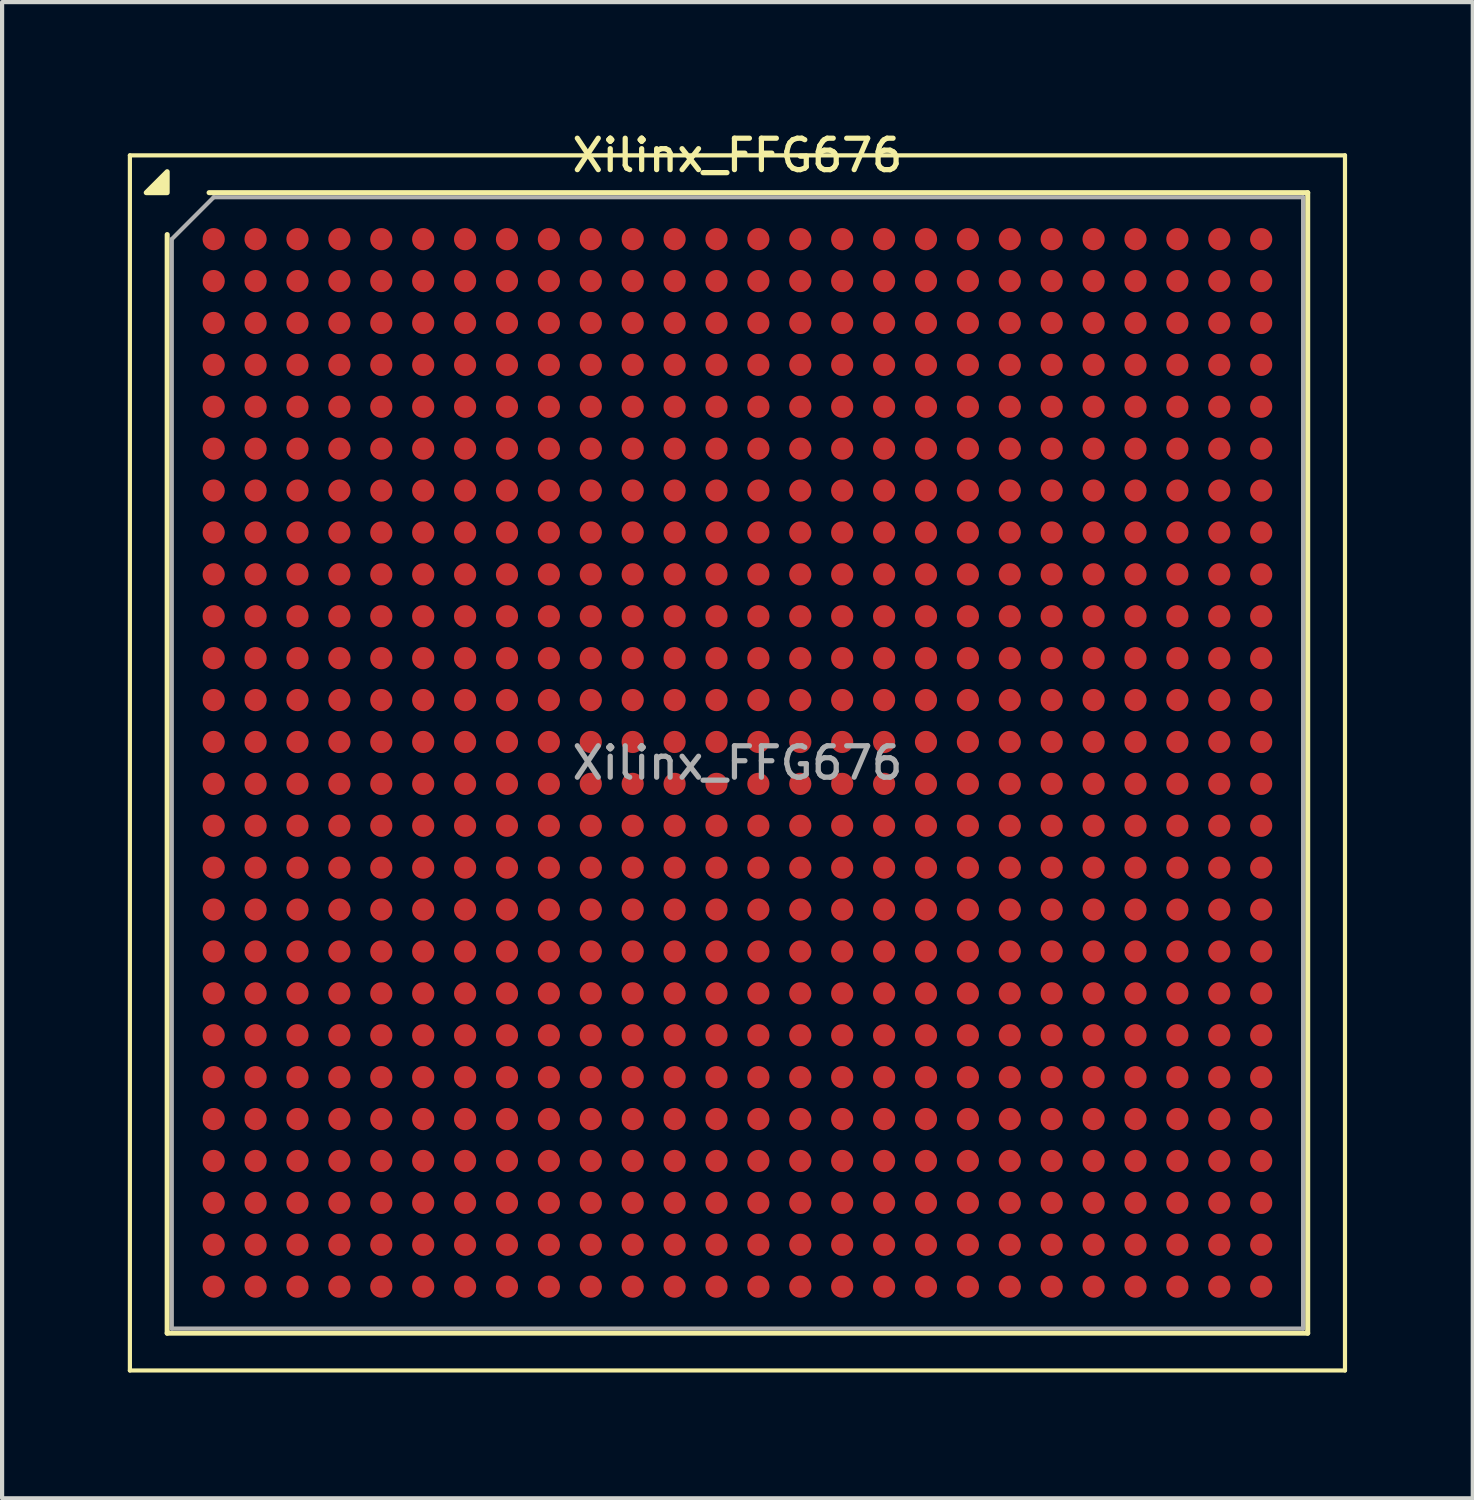
<source format=kicad_pcb>
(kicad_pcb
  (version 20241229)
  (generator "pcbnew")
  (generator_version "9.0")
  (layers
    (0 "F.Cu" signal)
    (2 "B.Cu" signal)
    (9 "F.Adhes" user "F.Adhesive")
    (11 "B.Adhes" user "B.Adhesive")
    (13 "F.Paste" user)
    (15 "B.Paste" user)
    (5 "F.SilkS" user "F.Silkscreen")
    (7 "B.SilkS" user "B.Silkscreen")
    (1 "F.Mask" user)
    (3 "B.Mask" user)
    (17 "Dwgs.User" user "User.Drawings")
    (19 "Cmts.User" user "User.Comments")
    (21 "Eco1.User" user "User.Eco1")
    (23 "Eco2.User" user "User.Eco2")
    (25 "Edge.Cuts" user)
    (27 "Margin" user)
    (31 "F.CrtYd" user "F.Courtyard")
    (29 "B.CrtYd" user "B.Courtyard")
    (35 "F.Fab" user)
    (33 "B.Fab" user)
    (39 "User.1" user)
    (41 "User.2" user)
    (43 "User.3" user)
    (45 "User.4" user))
  (footprint "Xilinx_FFG676"
    (layer "F.Cu")
    (at 14.55 15.158)
    (property "Reference" "Xilinx_FFG676" (at 0 -14.5 0) (layer "F.SilkS") (effects (font (size 0.75 0.75) (thickness 0.125))))
    (attr smd)
    (fp_line (start -14.5 -14.5) (end -14.5 14.5) (stroke (width 0.1) (type solid)) (layer "F.SilkS"))
    (fp_line (start -14.5 14.5) (end 14.5 14.5) (stroke (width 0.1) (type solid)) (layer "F.SilkS"))
    (fp_line (start -13.61 13.61) (end -13.61 -12.61) (stroke (width 0.12) (type solid)) (layer "F.SilkS"))
    (fp_line (start -12.61 -13.61) (end 13.61 -13.61) (stroke (width 0.12) (type solid)) (layer "F.SilkS"))
    (fp_line (start 13.61 -13.61) (end 13.61 13.61) (stroke (width 0.12) (type solid)) (layer "F.SilkS"))
    (fp_line (start 13.61 13.61) (end -13.61 13.61) (stroke (width 0.12) (type solid)) (layer "F.SilkS"))
    (fp_line (start 14.5 -14.5) (end -14.5 -14.5) (stroke (width 0.1) (type solid)) (layer "F.SilkS"))
    (fp_line (start 14.5 14.5) (end 14.5 -14.5) (stroke (width 0.1) (type solid)) (layer "F.SilkS"))
    (fp_poly (pts (xy -13.61 -13.61) (xy -14.11 -13.61) (xy -13.61 -14.11) (xy -13.61 -13.61)) (stroke (width 0.12) (type solid)) (fill yes) (layer "F.SilkS"))
    (fp_line (start -13.5 -12.5) (end -12.5 -13.5) (stroke (width 0.1) (type solid)) (layer "F.Fab"))
    (fp_line (start -13.5 13.5) (end -13.5 -12.5) (stroke (width 0.1) (type solid)) (layer "F.Fab"))
    (fp_line (start -12.5 -13.5) (end 13.5 -13.5) (stroke (width 0.1) (type solid)) (layer "F.Fab"))
    (fp_line (start 13.5 -13.5) (end 13.5 13.5) (stroke (width 0.1) (type solid)) (layer "F.Fab"))
    (fp_line (start 13.5 13.5) (end -13.5 13.5) (stroke (width 0.1) (type solid)) (layer "F.Fab"))
    (fp_text user "${REFERENCE}" (at 0 0 0) (layer "F.Fab") (effects (font (size 0.75 0.75) (thickness 0.125))))
    (pad "A1" smd circle (at -12.5 -12.5) (size 0.53 0.53) (property pad_prop_bga) (layers "F.Cu" "F.Mask" "F.Paste"))
    (pad "A2" smd circle (at -11.5 -12.5) (size 0.53 0.53) (property pad_prop_bga) (layers "F.Cu" "F.Mask" "F.Paste"))
    (pad "A3" smd circle (at -10.5 -12.5) (size 0.53 0.53) (property pad_prop_bga) (layers "F.Cu" "F.Mask" "F.Paste"))
    (pad "A4" smd circle (at -9.5 -12.5) (size 0.53 0.53) (property pad_prop_bga) (layers "F.Cu" "F.Mask" "F.Paste"))
    (pad "A5" smd circle (at -8.5 -12.5) (size 0.53 0.53) (property pad_prop_bga) (layers "F.Cu" "F.Mask" "F.Paste"))
    (pad "A6" smd circle (at -7.5 -12.5) (size 0.53 0.53) (property pad_prop_bga) (layers "F.Cu" "F.Mask" "F.Paste"))
    (pad "A7" smd circle (at -6.5 -12.5) (size 0.53 0.53) (property pad_prop_bga) (layers "F.Cu" "F.Mask" "F.Paste"))
    (pad "A8" smd circle (at -5.5 -12.5) (size 0.53 0.53) (property pad_prop_bga) (layers "F.Cu" "F.Mask" "F.Paste"))
    (pad "A9" smd circle (at -4.5 -12.5) (size 0.53 0.53) (property pad_prop_bga) (layers "F.Cu" "F.Mask" "F.Paste"))
    (pad "A10" smd circle (at -3.5 -12.5) (size 0.53 0.53) (property pad_prop_bga) (layers "F.Cu" "F.Mask" "F.Paste"))
    (pad "A11" smd circle (at -2.5 -12.5) (size 0.53 0.53) (property pad_prop_bga) (layers "F.Cu" "F.Mask" "F.Paste"))
    (pad "A12" smd circle (at -1.5 -12.5) (size 0.53 0.53) (property pad_prop_bga) (layers "F.Cu" "F.Mask" "F.Paste"))
    (pad "A13" smd circle (at -0.5 -12.5) (size 0.53 0.53) (property pad_prop_bga) (layers "F.Cu" "F.Mask" "F.Paste"))
    (pad "A14" smd circle (at 0.5 -12.5) (size 0.53 0.53) (property pad_prop_bga) (layers "F.Cu" "F.Mask" "F.Paste"))
    (pad "A15" smd circle (at 1.5 -12.5) (size 0.53 0.53) (property pad_prop_bga) (layers "F.Cu" "F.Mask" "F.Paste"))
    (pad "A16" smd circle (at 2.5 -12.5) (size 0.53 0.53) (property pad_prop_bga) (layers "F.Cu" "F.Mask" "F.Paste"))
    (pad "A17" smd circle (at 3.5 -12.5) (size 0.53 0.53) (property pad_prop_bga) (layers "F.Cu" "F.Mask" "F.Paste"))
    (pad "A18" smd circle (at 4.5 -12.5) (size 0.53 0.53) (property pad_prop_bga) (layers "F.Cu" "F.Mask" "F.Paste"))
    (pad "A19" smd circle (at 5.5 -12.5) (size 0.53 0.53) (property pad_prop_bga) (layers "F.Cu" "F.Mask" "F.Paste"))
    (pad "A20" smd circle (at 6.5 -12.5) (size 0.53 0.53) (property pad_prop_bga) (layers "F.Cu" "F.Mask" "F.Paste"))
    (pad "A21" smd circle (at 7.5 -12.5) (size 0.53 0.53) (property pad_prop_bga) (layers "F.Cu" "F.Mask" "F.Paste"))
    (pad "A22" smd circle (at 8.5 -12.5) (size 0.53 0.53) (property pad_prop_bga) (layers "F.Cu" "F.Mask" "F.Paste"))
    (pad "A23" smd circle (at 9.5 -12.5) (size 0.53 0.53) (property pad_prop_bga) (layers "F.Cu" "F.Mask" "F.Paste"))
    (pad "A24" smd circle (at 10.5 -12.5) (size 0.53 0.53) (property pad_prop_bga) (layers "F.Cu" "F.Mask" "F.Paste"))
    (pad "A25" smd circle (at 11.5 -12.5) (size 0.53 0.53) (property pad_prop_bga) (layers "F.Cu" "F.Mask" "F.Paste"))
    (pad "A26" smd circle (at 12.5 -12.5) (size 0.53 0.53) (property pad_prop_bga) (layers "F.Cu" "F.Mask" "F.Paste"))
    (pad "AA1" smd circle (at -12.5 7.5) (size 0.53 0.53) (property pad_prop_bga) (layers "F.Cu" "F.Mask" "F.Paste"))
    (pad "AA2" smd circle (at -11.5 7.5) (size 0.53 0.53) (property pad_prop_bga) (layers "F.Cu" "F.Mask" "F.Paste"))
    (pad "AA3" smd circle (at -10.5 7.5) (size 0.53 0.53) (property pad_prop_bga) (layers "F.Cu" "F.Mask" "F.Paste"))
    (pad "AA4" smd circle (at -9.5 7.5) (size 0.53 0.53) (property pad_prop_bga) (layers "F.Cu" "F.Mask" "F.Paste"))
    (pad "AA5" smd circle (at -8.5 7.5) (size 0.53 0.53) (property pad_prop_bga) (layers "F.Cu" "F.Mask" "F.Paste"))
    (pad "AA6" smd circle (at -7.5 7.5) (size 0.53 0.53) (property pad_prop_bga) (layers "F.Cu" "F.Mask" "F.Paste"))
    (pad "AA7" smd circle (at -6.5 7.5) (size 0.53 0.53) (property pad_prop_bga) (layers "F.Cu" "F.Mask" "F.Paste"))
    (pad "AA8" smd circle (at -5.5 7.5) (size 0.53 0.53) (property pad_prop_bga) (layers "F.Cu" "F.Mask" "F.Paste"))
    (pad "AA9" smd circle (at -4.5 7.5) (size 0.53 0.53) (property pad_prop_bga) (layers "F.Cu" "F.Mask" "F.Paste"))
    (pad "AA10" smd circle (at -3.5 7.5) (size 0.53 0.53) (property pad_prop_bga) (layers "F.Cu" "F.Mask" "F.Paste"))
    (pad "AA11" smd circle (at -2.5 7.5) (size 0.53 0.53) (property pad_prop_bga) (layers "F.Cu" "F.Mask" "F.Paste"))
    (pad "AA12" smd circle (at -1.5 7.5) (size 0.53 0.53) (property pad_prop_bga) (layers "F.Cu" "F.Mask" "F.Paste"))
    (pad "AA13" smd circle (at -0.5 7.5) (size 0.53 0.53) (property pad_prop_bga) (layers "F.Cu" "F.Mask" "F.Paste"))
    (pad "AA14" smd circle (at 0.5 7.5) (size 0.53 0.53) (property pad_prop_bga) (layers "F.Cu" "F.Mask" "F.Paste"))
    (pad "AA15" smd circle (at 1.5 7.5) (size 0.53 0.53) (property pad_prop_bga) (layers "F.Cu" "F.Mask" "F.Paste"))
    (pad "AA16" smd circle (at 2.5 7.5) (size 0.53 0.53) (property pad_prop_bga) (layers "F.Cu" "F.Mask" "F.Paste"))
    (pad "AA17" smd circle (at 3.5 7.5) (size 0.53 0.53) (property pad_prop_bga) (layers "F.Cu" "F.Mask" "F.Paste"))
    (pad "AA18" smd circle (at 4.5 7.5) (size 0.53 0.53) (property pad_prop_bga) (layers "F.Cu" "F.Mask" "F.Paste"))
    (pad "AA19" smd circle (at 5.5 7.5) (size 0.53 0.53) (property pad_prop_bga) (layers "F.Cu" "F.Mask" "F.Paste"))
    (pad "AA20" smd circle (at 6.5 7.5) (size 0.53 0.53) (property pad_prop_bga) (layers "F.Cu" "F.Mask" "F.Paste"))
    (pad "AA21" smd circle (at 7.5 7.5) (size 0.53 0.53) (property pad_prop_bga) (layers "F.Cu" "F.Mask" "F.Paste"))
    (pad "AA22" smd circle (at 8.5 7.5) (size 0.53 0.53) (property pad_prop_bga) (layers "F.Cu" "F.Mask" "F.Paste"))
    (pad "AA23" smd circle (at 9.5 7.5) (size 0.53 0.53) (property pad_prop_bga) (layers "F.Cu" "F.Mask" "F.Paste"))
    (pad "AA24" smd circle (at 10.5 7.5) (size 0.53 0.53) (property pad_prop_bga) (layers "F.Cu" "F.Mask" "F.Paste"))
    (pad "AA25" smd circle (at 11.5 7.5) (size 0.53 0.53) (property pad_prop_bga) (layers "F.Cu" "F.Mask" "F.Paste"))
    (pad "AA26" smd circle (at 12.5 7.5) (size 0.53 0.53) (property pad_prop_bga) (layers "F.Cu" "F.Mask" "F.Paste"))
    (pad "AB1" smd circle (at -12.5 8.5) (size 0.53 0.53) (property pad_prop_bga) (layers "F.Cu" "F.Mask" "F.Paste"))
    (pad "AB2" smd circle (at -11.5 8.5) (size 0.53 0.53) (property pad_prop_bga) (layers "F.Cu" "F.Mask" "F.Paste"))
    (pad "AB3" smd circle (at -10.5 8.5) (size 0.53 0.53) (property pad_prop_bga) (layers "F.Cu" "F.Mask" "F.Paste"))
    (pad "AB4" smd circle (at -9.5 8.5) (size 0.53 0.53) (property pad_prop_bga) (layers "F.Cu" "F.Mask" "F.Paste"))
    (pad "AB5" smd circle (at -8.5 8.5) (size 0.53 0.53) (property pad_prop_bga) (layers "F.Cu" "F.Mask" "F.Paste"))
    (pad "AB6" smd circle (at -7.5 8.5) (size 0.53 0.53) (property pad_prop_bga) (layers "F.Cu" "F.Mask" "F.Paste"))
    (pad "AB7" smd circle (at -6.5 8.5) (size 0.53 0.53) (property pad_prop_bga) (layers "F.Cu" "F.Mask" "F.Paste"))
    (pad "AB8" smd circle (at -5.5 8.5) (size 0.53 0.53) (property pad_prop_bga) (layers "F.Cu" "F.Mask" "F.Paste"))
    (pad "AB9" smd circle (at -4.5 8.5) (size 0.53 0.53) (property pad_prop_bga) (layers "F.Cu" "F.Mask" "F.Paste"))
    (pad "AB10" smd circle (at -3.5 8.5) (size 0.53 0.53) (property pad_prop_bga) (layers "F.Cu" "F.Mask" "F.Paste"))
    (pad "AB11" smd circle (at -2.5 8.5) (size 0.53 0.53) (property pad_prop_bga) (layers "F.Cu" "F.Mask" "F.Paste"))
    (pad "AB12" smd circle (at -1.5 8.5) (size 0.53 0.53) (property pad_prop_bga) (layers "F.Cu" "F.Mask" "F.Paste"))
    (pad "AB13" smd circle (at -0.5 8.5) (size 0.53 0.53) (property pad_prop_bga) (layers "F.Cu" "F.Mask" "F.Paste"))
    (pad "AB14" smd circle (at 0.5 8.5) (size 0.53 0.53) (property pad_prop_bga) (layers "F.Cu" "F.Mask" "F.Paste"))
    (pad "AB15" smd circle (at 1.5 8.5) (size 0.53 0.53) (property pad_prop_bga) (layers "F.Cu" "F.Mask" "F.Paste"))
    (pad "AB16" smd circle (at 2.5 8.5) (size 0.53 0.53) (property pad_prop_bga) (layers "F.Cu" "F.Mask" "F.Paste"))
    (pad "AB17" smd circle (at 3.5 8.5) (size 0.53 0.53) (property pad_prop_bga) (layers "F.Cu" "F.Mask" "F.Paste"))
    (pad "AB18" smd circle (at 4.5 8.5) (size 0.53 0.53) (property pad_prop_bga) (layers "F.Cu" "F.Mask" "F.Paste"))
    (pad "AB19" smd circle (at 5.5 8.5) (size 0.53 0.53) (property pad_prop_bga) (layers "F.Cu" "F.Mask" "F.Paste"))
    (pad "AB20" smd circle (at 6.5 8.5) (size 0.53 0.53) (property pad_prop_bga) (layers "F.Cu" "F.Mask" "F.Paste"))
    (pad "AB21" smd circle (at 7.5 8.5) (size 0.53 0.53) (property pad_prop_bga) (layers "F.Cu" "F.Mask" "F.Paste"))
    (pad "AB22" smd circle (at 8.5 8.5) (size 0.53 0.53) (property pad_prop_bga) (layers "F.Cu" "F.Mask" "F.Paste"))
    (pad "AB23" smd circle (at 9.5 8.5) (size 0.53 0.53) (property pad_prop_bga) (layers "F.Cu" "F.Mask" "F.Paste"))
    (pad "AB24" smd circle (at 10.5 8.5) (size 0.53 0.53) (property pad_prop_bga) (layers "F.Cu" "F.Mask" "F.Paste"))
    (pad "AB25" smd circle (at 11.5 8.5) (size 0.53 0.53) (property pad_prop_bga) (layers "F.Cu" "F.Mask" "F.Paste"))
    (pad "AB26" smd circle (at 12.5 8.5) (size 0.53 0.53) (property pad_prop_bga) (layers "F.Cu" "F.Mask" "F.Paste"))
    (pad "AC1" smd circle (at -12.5 9.5) (size 0.53 0.53) (property pad_prop_bga) (layers "F.Cu" "F.Mask" "F.Paste"))
    (pad "AC2" smd circle (at -11.5 9.5) (size 0.53 0.53) (property pad_prop_bga) (layers "F.Cu" "F.Mask" "F.Paste"))
    (pad "AC3" smd circle (at -10.5 9.5) (size 0.53 0.53) (property pad_prop_bga) (layers "F.Cu" "F.Mask" "F.Paste"))
    (pad "AC4" smd circle (at -9.5 9.5) (size 0.53 0.53) (property pad_prop_bga) (layers "F.Cu" "F.Mask" "F.Paste"))
    (pad "AC5" smd circle (at -8.5 9.5) (size 0.53 0.53) (property pad_prop_bga) (layers "F.Cu" "F.Mask" "F.Paste"))
    (pad "AC6" smd circle (at -7.5 9.5) (size 0.53 0.53) (property pad_prop_bga) (layers "F.Cu" "F.Mask" "F.Paste"))
    (pad "AC7" smd circle (at -6.5 9.5) (size 0.53 0.53) (property pad_prop_bga) (layers "F.Cu" "F.Mask" "F.Paste"))
    (pad "AC8" smd circle (at -5.5 9.5) (size 0.53 0.53) (property pad_prop_bga) (layers "F.Cu" "F.Mask" "F.Paste"))
    (pad "AC9" smd circle (at -4.5 9.5) (size 0.53 0.53) (property pad_prop_bga) (layers "F.Cu" "F.Mask" "F.Paste"))
    (pad "AC10" smd circle (at -3.5 9.5) (size 0.53 0.53) (property pad_prop_bga) (layers "F.Cu" "F.Mask" "F.Paste"))
    (pad "AC11" smd circle (at -2.5 9.5) (size 0.53 0.53) (property pad_prop_bga) (layers "F.Cu" "F.Mask" "F.Paste"))
    (pad "AC12" smd circle (at -1.5 9.5) (size 0.53 0.53) (property pad_prop_bga) (layers "F.Cu" "F.Mask" "F.Paste"))
    (pad "AC13" smd circle (at -0.5 9.5) (size 0.53 0.53) (property pad_prop_bga) (layers "F.Cu" "F.Mask" "F.Paste"))
    (pad "AC14" smd circle (at 0.5 9.5) (size 0.53 0.53) (property pad_prop_bga) (layers "F.Cu" "F.Mask" "F.Paste"))
    (pad "AC15" smd circle (at 1.5 9.5) (size 0.53 0.53) (property pad_prop_bga) (layers "F.Cu" "F.Mask" "F.Paste"))
    (pad "AC16" smd circle (at 2.5 9.5) (size 0.53 0.53) (property pad_prop_bga) (layers "F.Cu" "F.Mask" "F.Paste"))
    (pad "AC17" smd circle (at 3.5 9.5) (size 0.53 0.53) (property pad_prop_bga) (layers "F.Cu" "F.Mask" "F.Paste"))
    (pad "AC18" smd circle (at 4.5 9.5) (size 0.53 0.53) (property pad_prop_bga) (layers "F.Cu" "F.Mask" "F.Paste"))
    (pad "AC19" smd circle (at 5.5 9.5) (size 0.53 0.53) (property pad_prop_bga) (layers "F.Cu" "F.Mask" "F.Paste"))
    (pad "AC20" smd circle (at 6.5 9.5) (size 0.53 0.53) (property pad_prop_bga) (layers "F.Cu" "F.Mask" "F.Paste"))
    (pad "AC21" smd circle (at 7.5 9.5) (size 0.53 0.53) (property pad_prop_bga) (layers "F.Cu" "F.Mask" "F.Paste"))
    (pad "AC22" smd circle (at 8.5 9.5) (size 0.53 0.53) (property pad_prop_bga) (layers "F.Cu" "F.Mask" "F.Paste"))
    (pad "AC23" smd circle (at 9.5 9.5) (size 0.53 0.53) (property pad_prop_bga) (layers "F.Cu" "F.Mask" "F.Paste"))
    (pad "AC24" smd circle (at 10.5 9.5) (size 0.53 0.53) (property pad_prop_bga) (layers "F.Cu" "F.Mask" "F.Paste"))
    (pad "AC25" smd circle (at 11.5 9.5) (size 0.53 0.53) (property pad_prop_bga) (layers "F.Cu" "F.Mask" "F.Paste"))
    (pad "AC26" smd circle (at 12.5 9.5) (size 0.53 0.53) (property pad_prop_bga) (layers "F.Cu" "F.Mask" "F.Paste"))
    (pad "AD1" smd circle (at -12.5 10.5) (size 0.53 0.53) (property pad_prop_bga) (layers "F.Cu" "F.Mask" "F.Paste"))
    (pad "AD2" smd circle (at -11.5 10.5) (size 0.53 0.53) (property pad_prop_bga) (layers "F.Cu" "F.Mask" "F.Paste"))
    (pad "AD3" smd circle (at -10.5 10.5) (size 0.53 0.53) (property pad_prop_bga) (layers "F.Cu" "F.Mask" "F.Paste"))
    (pad "AD4" smd circle (at -9.5 10.5) (size 0.53 0.53) (property pad_prop_bga) (layers "F.Cu" "F.Mask" "F.Paste"))
    (pad "AD5" smd circle (at -8.5 10.5) (size 0.53 0.53) (property pad_prop_bga) (layers "F.Cu" "F.Mask" "F.Paste"))
    (pad "AD6" smd circle (at -7.5 10.5) (size 0.53 0.53) (property pad_prop_bga) (layers "F.Cu" "F.Mask" "F.Paste"))
    (pad "AD7" smd circle (at -6.5 10.5) (size 0.53 0.53) (property pad_prop_bga) (layers "F.Cu" "F.Mask" "F.Paste"))
    (pad "AD8" smd circle (at -5.5 10.5) (size 0.53 0.53) (property pad_prop_bga) (layers "F.Cu" "F.Mask" "F.Paste"))
    (pad "AD9" smd circle (at -4.5 10.5) (size 0.53 0.53) (property pad_prop_bga) (layers "F.Cu" "F.Mask" "F.Paste"))
    (pad "AD10" smd circle (at -3.5 10.5) (size 0.53 0.53) (property pad_prop_bga) (layers "F.Cu" "F.Mask" "F.Paste"))
    (pad "AD11" smd circle (at -2.5 10.5) (size 0.53 0.53) (property pad_prop_bga) (layers "F.Cu" "F.Mask" "F.Paste"))
    (pad "AD12" smd circle (at -1.5 10.5) (size 0.53 0.53) (property pad_prop_bga) (layers "F.Cu" "F.Mask" "F.Paste"))
    (pad "AD13" smd circle (at -0.5 10.5) (size 0.53 0.53) (property pad_prop_bga) (layers "F.Cu" "F.Mask" "F.Paste"))
    (pad "AD14" smd circle (at 0.5 10.5) (size 0.53 0.53) (property pad_prop_bga) (layers "F.Cu" "F.Mask" "F.Paste"))
    (pad "AD15" smd circle (at 1.5 10.5) (size 0.53 0.53) (property pad_prop_bga) (layers "F.Cu" "F.Mask" "F.Paste"))
    (pad "AD16" smd circle (at 2.5 10.5) (size 0.53 0.53) (property pad_prop_bga) (layers "F.Cu" "F.Mask" "F.Paste"))
    (pad "AD17" smd circle (at 3.5 10.5) (size 0.53 0.53) (property pad_prop_bga) (layers "F.Cu" "F.Mask" "F.Paste"))
    (pad "AD18" smd circle (at 4.5 10.5) (size 0.53 0.53) (property pad_prop_bga) (layers "F.Cu" "F.Mask" "F.Paste"))
    (pad "AD19" smd circle (at 5.5 10.5) (size 0.53 0.53) (property pad_prop_bga) (layers "F.Cu" "F.Mask" "F.Paste"))
    (pad "AD20" smd circle (at 6.5 10.5) (size 0.53 0.53) (property pad_prop_bga) (layers "F.Cu" "F.Mask" "F.Paste"))
    (pad "AD21" smd circle (at 7.5 10.5) (size 0.53 0.53) (property pad_prop_bga) (layers "F.Cu" "F.Mask" "F.Paste"))
    (pad "AD22" smd circle (at 8.5 10.5) (size 0.53 0.53) (property pad_prop_bga) (layers "F.Cu" "F.Mask" "F.Paste"))
    (pad "AD23" smd circle (at 9.5 10.5) (size 0.53 0.53) (property pad_prop_bga) (layers "F.Cu" "F.Mask" "F.Paste"))
    (pad "AD24" smd circle (at 10.5 10.5) (size 0.53 0.53) (property pad_prop_bga) (layers "F.Cu" "F.Mask" "F.Paste"))
    (pad "AD25" smd circle (at 11.5 10.5) (size 0.53 0.53) (property pad_prop_bga) (layers "F.Cu" "F.Mask" "F.Paste"))
    (pad "AD26" smd circle (at 12.5 10.5) (size 0.53 0.53) (property pad_prop_bga) (layers "F.Cu" "F.Mask" "F.Paste"))
    (pad "AE1" smd circle (at -12.5 11.5) (size 0.53 0.53) (property pad_prop_bga) (layers "F.Cu" "F.Mask" "F.Paste"))
    (pad "AE2" smd circle (at -11.5 11.5) (size 0.53 0.53) (property pad_prop_bga) (layers "F.Cu" "F.Mask" "F.Paste"))
    (pad "AE3" smd circle (at -10.5 11.5) (size 0.53 0.53) (property pad_prop_bga) (layers "F.Cu" "F.Mask" "F.Paste"))
    (pad "AE4" smd circle (at -9.5 11.5) (size 0.53 0.53) (property pad_prop_bga) (layers "F.Cu" "F.Mask" "F.Paste"))
    (pad "AE5" smd circle (at -8.5 11.5) (size 0.53 0.53) (property pad_prop_bga) (layers "F.Cu" "F.Mask" "F.Paste"))
    (pad "AE6" smd circle (at -7.5 11.5) (size 0.53 0.53) (property pad_prop_bga) (layers "F.Cu" "F.Mask" "F.Paste"))
    (pad "AE7" smd circle (at -6.5 11.5) (size 0.53 0.53) (property pad_prop_bga) (layers "F.Cu" "F.Mask" "F.Paste"))
    (pad "AE8" smd circle (at -5.5 11.5) (size 0.53 0.53) (property pad_prop_bga) (layers "F.Cu" "F.Mask" "F.Paste"))
    (pad "AE9" smd circle (at -4.5 11.5) (size 0.53 0.53) (property pad_prop_bga) (layers "F.Cu" "F.Mask" "F.Paste"))
    (pad "AE10" smd circle (at -3.5 11.5) (size 0.53 0.53) (property pad_prop_bga) (layers "F.Cu" "F.Mask" "F.Paste"))
    (pad "AE11" smd circle (at -2.5 11.5) (size 0.53 0.53) (property pad_prop_bga) (layers "F.Cu" "F.Mask" "F.Paste"))
    (pad "AE12" smd circle (at -1.5 11.5) (size 0.53 0.53) (property pad_prop_bga) (layers "F.Cu" "F.Mask" "F.Paste"))
    (pad "AE13" smd circle (at -0.5 11.5) (size 0.53 0.53) (property pad_prop_bga) (layers "F.Cu" "F.Mask" "F.Paste"))
    (pad "AE14" smd circle (at 0.5 11.5) (size 0.53 0.53) (property pad_prop_bga) (layers "F.Cu" "F.Mask" "F.Paste"))
    (pad "AE15" smd circle (at 1.5 11.5) (size 0.53 0.53) (property pad_prop_bga) (layers "F.Cu" "F.Mask" "F.Paste"))
    (pad "AE16" smd circle (at 2.5 11.5) (size 0.53 0.53) (property pad_prop_bga) (layers "F.Cu" "F.Mask" "F.Paste"))
    (pad "AE17" smd circle (at 3.5 11.5) (size 0.53 0.53) (property pad_prop_bga) (layers "F.Cu" "F.Mask" "F.Paste"))
    (pad "AE18" smd circle (at 4.5 11.5) (size 0.53 0.53) (property pad_prop_bga) (layers "F.Cu" "F.Mask" "F.Paste"))
    (pad "AE19" smd circle (at 5.5 11.5) (size 0.53 0.53) (property pad_prop_bga) (layers "F.Cu" "F.Mask" "F.Paste"))
    (pad "AE20" smd circle (at 6.5 11.5) (size 0.53 0.53) (property pad_prop_bga) (layers "F.Cu" "F.Mask" "F.Paste"))
    (pad "AE21" smd circle (at 7.5 11.5) (size 0.53 0.53) (property pad_prop_bga) (layers "F.Cu" "F.Mask" "F.Paste"))
    (pad "AE22" smd circle (at 8.5 11.5) (size 0.53 0.53) (property pad_prop_bga) (layers "F.Cu" "F.Mask" "F.Paste"))
    (pad "AE23" smd circle (at 9.5 11.5) (size 0.53 0.53) (property pad_prop_bga) (layers "F.Cu" "F.Mask" "F.Paste"))
    (pad "AE24" smd circle (at 10.5 11.5) (size 0.53 0.53) (property pad_prop_bga) (layers "F.Cu" "F.Mask" "F.Paste"))
    (pad "AE25" smd circle (at 11.5 11.5) (size 0.53 0.53) (property pad_prop_bga) (layers "F.Cu" "F.Mask" "F.Paste"))
    (pad "AE26" smd circle (at 12.5 11.5) (size 0.53 0.53) (property pad_prop_bga) (layers "F.Cu" "F.Mask" "F.Paste"))
    (pad "AF1" smd circle (at -12.5 12.5) (size 0.53 0.53) (property pad_prop_bga) (layers "F.Cu" "F.Mask" "F.Paste"))
    (pad "AF2" smd circle (at -11.5 12.5) (size 0.53 0.53) (property pad_prop_bga) (layers "F.Cu" "F.Mask" "F.Paste"))
    (pad "AF3" smd circle (at -10.5 12.5) (size 0.53 0.53) (property pad_prop_bga) (layers "F.Cu" "F.Mask" "F.Paste"))
    (pad "AF4" smd circle (at -9.5 12.5) (size 0.53 0.53) (property pad_prop_bga) (layers "F.Cu" "F.Mask" "F.Paste"))
    (pad "AF5" smd circle (at -8.5 12.5) (size 0.53 0.53) (property pad_prop_bga) (layers "F.Cu" "F.Mask" "F.Paste"))
    (pad "AF6" smd circle (at -7.5 12.5) (size 0.53 0.53) (property pad_prop_bga) (layers "F.Cu" "F.Mask" "F.Paste"))
    (pad "AF7" smd circle (at -6.5 12.5) (size 0.53 0.53) (property pad_prop_bga) (layers "F.Cu" "F.Mask" "F.Paste"))
    (pad "AF8" smd circle (at -5.5 12.5) (size 0.53 0.53) (property pad_prop_bga) (layers "F.Cu" "F.Mask" "F.Paste"))
    (pad "AF9" smd circle (at -4.5 12.5) (size 0.53 0.53) (property pad_prop_bga) (layers "F.Cu" "F.Mask" "F.Paste"))
    (pad "AF10" smd circle (at -3.5 12.5) (size 0.53 0.53) (property pad_prop_bga) (layers "F.Cu" "F.Mask" "F.Paste"))
    (pad "AF11" smd circle (at -2.5 12.5) (size 0.53 0.53) (property pad_prop_bga) (layers "F.Cu" "F.Mask" "F.Paste"))
    (pad "AF12" smd circle (at -1.5 12.5) (size 0.53 0.53) (property pad_prop_bga) (layers "F.Cu" "F.Mask" "F.Paste"))
    (pad "AF13" smd circle (at -0.5 12.5) (size 0.53 0.53) (property pad_prop_bga) (layers "F.Cu" "F.Mask" "F.Paste"))
    (pad "AF14" smd circle (at 0.5 12.5) (size 0.53 0.53) (property pad_prop_bga) (layers "F.Cu" "F.Mask" "F.Paste"))
    (pad "AF15" smd circle (at 1.5 12.5) (size 0.53 0.53) (property pad_prop_bga) (layers "F.Cu" "F.Mask" "F.Paste"))
    (pad "AF16" smd circle (at 2.5 12.5) (size 0.53 0.53) (property pad_prop_bga) (layers "F.Cu" "F.Mask" "F.Paste"))
    (pad "AF17" smd circle (at 3.5 12.5) (size 0.53 0.53) (property pad_prop_bga) (layers "F.Cu" "F.Mask" "F.Paste"))
    (pad "AF18" smd circle (at 4.5 12.5) (size 0.53 0.53) (property pad_prop_bga) (layers "F.Cu" "F.Mask" "F.Paste"))
    (pad "AF19" smd circle (at 5.5 12.5) (size 0.53 0.53) (property pad_prop_bga) (layers "F.Cu" "F.Mask" "F.Paste"))
    (pad "AF20" smd circle (at 6.5 12.5) (size 0.53 0.53) (property pad_prop_bga) (layers "F.Cu" "F.Mask" "F.Paste"))
    (pad "AF21" smd circle (at 7.5 12.5) (size 0.53 0.53) (property pad_prop_bga) (layers "F.Cu" "F.Mask" "F.Paste"))
    (pad "AF22" smd circle (at 8.5 12.5) (size 0.53 0.53) (property pad_prop_bga) (layers "F.Cu" "F.Mask" "F.Paste"))
    (pad "AF23" smd circle (at 9.5 12.5) (size 0.53 0.53) (property pad_prop_bga) (layers "F.Cu" "F.Mask" "F.Paste"))
    (pad "AF24" smd circle (at 10.5 12.5) (size 0.53 0.53) (property pad_prop_bga) (layers "F.Cu" "F.Mask" "F.Paste"))
    (pad "AF25" smd circle (at 11.5 12.5) (size 0.53 0.53) (property pad_prop_bga) (layers "F.Cu" "F.Mask" "F.Paste"))
    (pad "AF26" smd circle (at 12.5 12.5) (size 0.53 0.53) (property pad_prop_bga) (layers "F.Cu" "F.Mask" "F.Paste"))
    (pad "B1" smd circle (at -12.5 -11.5) (size 0.53 0.53) (property pad_prop_bga) (layers "F.Cu" "F.Mask" "F.Paste"))
    (pad "B2" smd circle (at -11.5 -11.5) (size 0.53 0.53) (property pad_prop_bga) (layers "F.Cu" "F.Mask" "F.Paste"))
    (pad "B3" smd circle (at -10.5 -11.5) (size 0.53 0.53) (property pad_prop_bga) (layers "F.Cu" "F.Mask" "F.Paste"))
    (pad "B4" smd circle (at -9.5 -11.5) (size 0.53 0.53) (property pad_prop_bga) (layers "F.Cu" "F.Mask" "F.Paste"))
    (pad "B5" smd circle (at -8.5 -11.5) (size 0.53 0.53) (property pad_prop_bga) (layers "F.Cu" "F.Mask" "F.Paste"))
    (pad "B6" smd circle (at -7.5 -11.5) (size 0.53 0.53) (property pad_prop_bga) (layers "F.Cu" "F.Mask" "F.Paste"))
    (pad "B7" smd circle (at -6.5 -11.5) (size 0.53 0.53) (property pad_prop_bga) (layers "F.Cu" "F.Mask" "F.Paste"))
    (pad "B8" smd circle (at -5.5 -11.5) (size 0.53 0.53) (property pad_prop_bga) (layers "F.Cu" "F.Mask" "F.Paste"))
    (pad "B9" smd circle (at -4.5 -11.5) (size 0.53 0.53) (property pad_prop_bga) (layers "F.Cu" "F.Mask" "F.Paste"))
    (pad "B10" smd circle (at -3.5 -11.5) (size 0.53 0.53) (property pad_prop_bga) (layers "F.Cu" "F.Mask" "F.Paste"))
    (pad "B11" smd circle (at -2.5 -11.5) (size 0.53 0.53) (property pad_prop_bga) (layers "F.Cu" "F.Mask" "F.Paste"))
    (pad "B12" smd circle (at -1.5 -11.5) (size 0.53 0.53) (property pad_prop_bga) (layers "F.Cu" "F.Mask" "F.Paste"))
    (pad "B13" smd circle (at -0.5 -11.5) (size 0.53 0.53) (property pad_prop_bga) (layers "F.Cu" "F.Mask" "F.Paste"))
    (pad "B14" smd circle (at 0.5 -11.5) (size 0.53 0.53) (property pad_prop_bga) (layers "F.Cu" "F.Mask" "F.Paste"))
    (pad "B15" smd circle (at 1.5 -11.5) (size 0.53 0.53) (property pad_prop_bga) (layers "F.Cu" "F.Mask" "F.Paste"))
    (pad "B16" smd circle (at 2.5 -11.5) (size 0.53 0.53) (property pad_prop_bga) (layers "F.Cu" "F.Mask" "F.Paste"))
    (pad "B17" smd circle (at 3.5 -11.5) (size 0.53 0.53) (property pad_prop_bga) (layers "F.Cu" "F.Mask" "F.Paste"))
    (pad "B18" smd circle (at 4.5 -11.5) (size 0.53 0.53) (property pad_prop_bga) (layers "F.Cu" "F.Mask" "F.Paste"))
    (pad "B19" smd circle (at 5.5 -11.5) (size 0.53 0.53) (property pad_prop_bga) (layers "F.Cu" "F.Mask" "F.Paste"))
    (pad "B20" smd circle (at 6.5 -11.5) (size 0.53 0.53) (property pad_prop_bga) (layers "F.Cu" "F.Mask" "F.Paste"))
    (pad "B21" smd circle (at 7.5 -11.5) (size 0.53 0.53) (property pad_prop_bga) (layers "F.Cu" "F.Mask" "F.Paste"))
    (pad "B22" smd circle (at 8.5 -11.5) (size 0.53 0.53) (property pad_prop_bga) (layers "F.Cu" "F.Mask" "F.Paste"))
    (pad "B23" smd circle (at 9.5 -11.5) (size 0.53 0.53) (property pad_prop_bga) (layers "F.Cu" "F.Mask" "F.Paste"))
    (pad "B24" smd circle (at 10.5 -11.5) (size 0.53 0.53) (property pad_prop_bga) (layers "F.Cu" "F.Mask" "F.Paste"))
    (pad "B25" smd circle (at 11.5 -11.5) (size 0.53 0.53) (property pad_prop_bga) (layers "F.Cu" "F.Mask" "F.Paste"))
    (pad "B26" smd circle (at 12.5 -11.5) (size 0.53 0.53) (property pad_prop_bga) (layers "F.Cu" "F.Mask" "F.Paste"))
    (pad "C1" smd circle (at -12.5 -10.5) (size 0.53 0.53) (property pad_prop_bga) (layers "F.Cu" "F.Mask" "F.Paste"))
    (pad "C2" smd circle (at -11.5 -10.5) (size 0.53 0.53) (property pad_prop_bga) (layers "F.Cu" "F.Mask" "F.Paste"))
    (pad "C3" smd circle (at -10.5 -10.5) (size 0.53 0.53) (property pad_prop_bga) (layers "F.Cu" "F.Mask" "F.Paste"))
    (pad "C4" smd circle (at -9.5 -10.5) (size 0.53 0.53) (property pad_prop_bga) (layers "F.Cu" "F.Mask" "F.Paste"))
    (pad "C5" smd circle (at -8.5 -10.5) (size 0.53 0.53) (property pad_prop_bga) (layers "F.Cu" "F.Mask" "F.Paste"))
    (pad "C6" smd circle (at -7.5 -10.5) (size 0.53 0.53) (property pad_prop_bga) (layers "F.Cu" "F.Mask" "F.Paste"))
    (pad "C7" smd circle (at -6.5 -10.5) (size 0.53 0.53) (property pad_prop_bga) (layers "F.Cu" "F.Mask" "F.Paste"))
    (pad "C8" smd circle (at -5.5 -10.5) (size 0.53 0.53) (property pad_prop_bga) (layers "F.Cu" "F.Mask" "F.Paste"))
    (pad "C9" smd circle (at -4.5 -10.5) (size 0.53 0.53) (property pad_prop_bga) (layers "F.Cu" "F.Mask" "F.Paste"))
    (pad "C10" smd circle (at -3.5 -10.5) (size 0.53 0.53) (property pad_prop_bga) (layers "F.Cu" "F.Mask" "F.Paste"))
    (pad "C11" smd circle (at -2.5 -10.5) (size 0.53 0.53) (property pad_prop_bga) (layers "F.Cu" "F.Mask" "F.Paste"))
    (pad "C12" smd circle (at -1.5 -10.5) (size 0.53 0.53) (property pad_prop_bga) (layers "F.Cu" "F.Mask" "F.Paste"))
    (pad "C13" smd circle (at -0.5 -10.5) (size 0.53 0.53) (property pad_prop_bga) (layers "F.Cu" "F.Mask" "F.Paste"))
    (pad "C14" smd circle (at 0.5 -10.5) (size 0.53 0.53) (property pad_prop_bga) (layers "F.Cu" "F.Mask" "F.Paste"))
    (pad "C15" smd circle (at 1.5 -10.5) (size 0.53 0.53) (property pad_prop_bga) (layers "F.Cu" "F.Mask" "F.Paste"))
    (pad "C16" smd circle (at 2.5 -10.5) (size 0.53 0.53) (property pad_prop_bga) (layers "F.Cu" "F.Mask" "F.Paste"))
    (pad "C17" smd circle (at 3.5 -10.5) (size 0.53 0.53) (property pad_prop_bga) (layers "F.Cu" "F.Mask" "F.Paste"))
    (pad "C18" smd circle (at 4.5 -10.5) (size 0.53 0.53) (property pad_prop_bga) (layers "F.Cu" "F.Mask" "F.Paste"))
    (pad "C19" smd circle (at 5.5 -10.5) (size 0.53 0.53) (property pad_prop_bga) (layers "F.Cu" "F.Mask" "F.Paste"))
    (pad "C20" smd circle (at 6.5 -10.5) (size 0.53 0.53) (property pad_prop_bga) (layers "F.Cu" "F.Mask" "F.Paste"))
    (pad "C21" smd circle (at 7.5 -10.5) (size 0.53 0.53) (property pad_prop_bga) (layers "F.Cu" "F.Mask" "F.Paste"))
    (pad "C22" smd circle (at 8.5 -10.5) (size 0.53 0.53) (property pad_prop_bga) (layers "F.Cu" "F.Mask" "F.Paste"))
    (pad "C23" smd circle (at 9.5 -10.5) (size 0.53 0.53) (property pad_prop_bga) (layers "F.Cu" "F.Mask" "F.Paste"))
    (pad "C24" smd circle (at 10.5 -10.5) (size 0.53 0.53) (property pad_prop_bga) (layers "F.Cu" "F.Mask" "F.Paste"))
    (pad "C25" smd circle (at 11.5 -10.5) (size 0.53 0.53) (property pad_prop_bga) (layers "F.Cu" "F.Mask" "F.Paste"))
    (pad "C26" smd circle (at 12.5 -10.5) (size 0.53 0.53) (property pad_prop_bga) (layers "F.Cu" "F.Mask" "F.Paste"))
    (pad "D1" smd circle (at -12.5 -9.5) (size 0.53 0.53) (property pad_prop_bga) (layers "F.Cu" "F.Mask" "F.Paste"))
    (pad "D2" smd circle (at -11.5 -9.5) (size 0.53 0.53) (property pad_prop_bga) (layers "F.Cu" "F.Mask" "F.Paste"))
    (pad "D3" smd circle (at -10.5 -9.5) (size 0.53 0.53) (property pad_prop_bga) (layers "F.Cu" "F.Mask" "F.Paste"))
    (pad "D4" smd circle (at -9.5 -9.5) (size 0.53 0.53) (property pad_prop_bga) (layers "F.Cu" "F.Mask" "F.Paste"))
    (pad "D5" smd circle (at -8.5 -9.5) (size 0.53 0.53) (property pad_prop_bga) (layers "F.Cu" "F.Mask" "F.Paste"))
    (pad "D6" smd circle (at -7.5 -9.5) (size 0.53 0.53) (property pad_prop_bga) (layers "F.Cu" "F.Mask" "F.Paste"))
    (pad "D7" smd circle (at -6.5 -9.5) (size 0.53 0.53) (property pad_prop_bga) (layers "F.Cu" "F.Mask" "F.Paste"))
    (pad "D8" smd circle (at -5.5 -9.5) (size 0.53 0.53) (property pad_prop_bga) (layers "F.Cu" "F.Mask" "F.Paste"))
    (pad "D9" smd circle (at -4.5 -9.5) (size 0.53 0.53) (property pad_prop_bga) (layers "F.Cu" "F.Mask" "F.Paste"))
    (pad "D10" smd circle (at -3.5 -9.5) (size 0.53 0.53) (property pad_prop_bga) (layers "F.Cu" "F.Mask" "F.Paste"))
    (pad "D11" smd circle (at -2.5 -9.5) (size 0.53 0.53) (property pad_prop_bga) (layers "F.Cu" "F.Mask" "F.Paste"))
    (pad "D12" smd circle (at -1.5 -9.5) (size 0.53 0.53) (property pad_prop_bga) (layers "F.Cu" "F.Mask" "F.Paste"))
    (pad "D13" smd circle (at -0.5 -9.5) (size 0.53 0.53) (property pad_prop_bga) (layers "F.Cu" "F.Mask" "F.Paste"))
    (pad "D14" smd circle (at 0.5 -9.5) (size 0.53 0.53) (property pad_prop_bga) (layers "F.Cu" "F.Mask" "F.Paste"))
    (pad "D15" smd circle (at 1.5 -9.5) (size 0.53 0.53) (property pad_prop_bga) (layers "F.Cu" "F.Mask" "F.Paste"))
    (pad "D16" smd circle (at 2.5 -9.5) (size 0.53 0.53) (property pad_prop_bga) (layers "F.Cu" "F.Mask" "F.Paste"))
    (pad "D17" smd circle (at 3.5 -9.5) (size 0.53 0.53) (property pad_prop_bga) (layers "F.Cu" "F.Mask" "F.Paste"))
    (pad "D18" smd circle (at 4.5 -9.5) (size 0.53 0.53) (property pad_prop_bga) (layers "F.Cu" "F.Mask" "F.Paste"))
    (pad "D19" smd circle (at 5.5 -9.5) (size 0.53 0.53) (property pad_prop_bga) (layers "F.Cu" "F.Mask" "F.Paste"))
    (pad "D20" smd circle (at 6.5 -9.5) (size 0.53 0.53) (property pad_prop_bga) (layers "F.Cu" "F.Mask" "F.Paste"))
    (pad "D21" smd circle (at 7.5 -9.5) (size 0.53 0.53) (property pad_prop_bga) (layers "F.Cu" "F.Mask" "F.Paste"))
    (pad "D22" smd circle (at 8.5 -9.5) (size 0.53 0.53) (property pad_prop_bga) (layers "F.Cu" "F.Mask" "F.Paste"))
    (pad "D23" smd circle (at 9.5 -9.5) (size 0.53 0.53) (property pad_prop_bga) (layers "F.Cu" "F.Mask" "F.Paste"))
    (pad "D24" smd circle (at 10.5 -9.5) (size 0.53 0.53) (property pad_prop_bga) (layers "F.Cu" "F.Mask" "F.Paste"))
    (pad "D25" smd circle (at 11.5 -9.5) (size 0.53 0.53) (property pad_prop_bga) (layers "F.Cu" "F.Mask" "F.Paste"))
    (pad "D26" smd circle (at 12.5 -9.5) (size 0.53 0.53) (property pad_prop_bga) (layers "F.Cu" "F.Mask" "F.Paste"))
    (pad "E1" smd circle (at -12.5 -8.5) (size 0.53 0.53) (property pad_prop_bga) (layers "F.Cu" "F.Mask" "F.Paste"))
    (pad "E2" smd circle (at -11.5 -8.5) (size 0.53 0.53) (property pad_prop_bga) (layers "F.Cu" "F.Mask" "F.Paste"))
    (pad "E3" smd circle (at -10.5 -8.5) (size 0.53 0.53) (property pad_prop_bga) (layers "F.Cu" "F.Mask" "F.Paste"))
    (pad "E4" smd circle (at -9.5 -8.5) (size 0.53 0.53) (property pad_prop_bga) (layers "F.Cu" "F.Mask" "F.Paste"))
    (pad "E5" smd circle (at -8.5 -8.5) (size 0.53 0.53) (property pad_prop_bga) (layers "F.Cu" "F.Mask" "F.Paste"))
    (pad "E6" smd circle (at -7.5 -8.5) (size 0.53 0.53) (property pad_prop_bga) (layers "F.Cu" "F.Mask" "F.Paste"))
    (pad "E7" smd circle (at -6.5 -8.5) (size 0.53 0.53) (property pad_prop_bga) (layers "F.Cu" "F.Mask" "F.Paste"))
    (pad "E8" smd circle (at -5.5 -8.5) (size 0.53 0.53) (property pad_prop_bga) (layers "F.Cu" "F.Mask" "F.Paste"))
    (pad "E9" smd circle (at -4.5 -8.5) (size 0.53 0.53) (property pad_prop_bga) (layers "F.Cu" "F.Mask" "F.Paste"))
    (pad "E10" smd circle (at -3.5 -8.5) (size 0.53 0.53) (property pad_prop_bga) (layers "F.Cu" "F.Mask" "F.Paste"))
    (pad "E11" smd circle (at -2.5 -8.5) (size 0.53 0.53) (property pad_prop_bga) (layers "F.Cu" "F.Mask" "F.Paste"))
    (pad "E12" smd circle (at -1.5 -8.5) (size 0.53 0.53) (property pad_prop_bga) (layers "F.Cu" "F.Mask" "F.Paste"))
    (pad "E13" smd circle (at -0.5 -8.5) (size 0.53 0.53) (property pad_prop_bga) (layers "F.Cu" "F.Mask" "F.Paste"))
    (pad "E14" smd circle (at 0.5 -8.5) (size 0.53 0.53) (property pad_prop_bga) (layers "F.Cu" "F.Mask" "F.Paste"))
    (pad "E15" smd circle (at 1.5 -8.5) (size 0.53 0.53) (property pad_prop_bga) (layers "F.Cu" "F.Mask" "F.Paste"))
    (pad "E16" smd circle (at 2.5 -8.5) (size 0.53 0.53) (property pad_prop_bga) (layers "F.Cu" "F.Mask" "F.Paste"))
    (pad "E17" smd circle (at 3.5 -8.5) (size 0.53 0.53) (property pad_prop_bga) (layers "F.Cu" "F.Mask" "F.Paste"))
    (pad "E18" smd circle (at 4.5 -8.5) (size 0.53 0.53) (property pad_prop_bga) (layers "F.Cu" "F.Mask" "F.Paste"))
    (pad "E19" smd circle (at 5.5 -8.5) (size 0.53 0.53) (property pad_prop_bga) (layers "F.Cu" "F.Mask" "F.Paste"))
    (pad "E20" smd circle (at 6.5 -8.5) (size 0.53 0.53) (property pad_prop_bga) (layers "F.Cu" "F.Mask" "F.Paste"))
    (pad "E21" smd circle (at 7.5 -8.5) (size 0.53 0.53) (property pad_prop_bga) (layers "F.Cu" "F.Mask" "F.Paste"))
    (pad "E22" smd circle (at 8.5 -8.5) (size 0.53 0.53) (property pad_prop_bga) (layers "F.Cu" "F.Mask" "F.Paste"))
    (pad "E23" smd circle (at 9.5 -8.5) (size 0.53 0.53) (property pad_prop_bga) (layers "F.Cu" "F.Mask" "F.Paste"))
    (pad "E24" smd circle (at 10.5 -8.5) (size 0.53 0.53) (property pad_prop_bga) (layers "F.Cu" "F.Mask" "F.Paste"))
    (pad "E25" smd circle (at 11.5 -8.5) (size 0.53 0.53) (property pad_prop_bga) (layers "F.Cu" "F.Mask" "F.Paste"))
    (pad "E26" smd circle (at 12.5 -8.5) (size 0.53 0.53) (property pad_prop_bga) (layers "F.Cu" "F.Mask" "F.Paste"))
    (pad "F1" smd circle (at -12.5 -7.5) (size 0.53 0.53) (property pad_prop_bga) (layers "F.Cu" "F.Mask" "F.Paste"))
    (pad "F2" smd circle (at -11.5 -7.5) (size 0.53 0.53) (property pad_prop_bga) (layers "F.Cu" "F.Mask" "F.Paste"))
    (pad "F3" smd circle (at -10.5 -7.5) (size 0.53 0.53) (property pad_prop_bga) (layers "F.Cu" "F.Mask" "F.Paste"))
    (pad "F4" smd circle (at -9.5 -7.5) (size 0.53 0.53) (property pad_prop_bga) (layers "F.Cu" "F.Mask" "F.Paste"))
    (pad "F5" smd circle (at -8.5 -7.5) (size 0.53 0.53) (property pad_prop_bga) (layers "F.Cu" "F.Mask" "F.Paste"))
    (pad "F6" smd circle (at -7.5 -7.5) (size 0.53 0.53) (property pad_prop_bga) (layers "F.Cu" "F.Mask" "F.Paste"))
    (pad "F7" smd circle (at -6.5 -7.5) (size 0.53 0.53) (property pad_prop_bga) (layers "F.Cu" "F.Mask" "F.Paste"))
    (pad "F8" smd circle (at -5.5 -7.5) (size 0.53 0.53) (property pad_prop_bga) (layers "F.Cu" "F.Mask" "F.Paste"))
    (pad "F9" smd circle (at -4.5 -7.5) (size 0.53 0.53) (property pad_prop_bga) (layers "F.Cu" "F.Mask" "F.Paste"))
    (pad "F10" smd circle (at -3.5 -7.5) (size 0.53 0.53) (property pad_prop_bga) (layers "F.Cu" "F.Mask" "F.Paste"))
    (pad "F11" smd circle (at -2.5 -7.5) (size 0.53 0.53) (property pad_prop_bga) (layers "F.Cu" "F.Mask" "F.Paste"))
    (pad "F12" smd circle (at -1.5 -7.5) (size 0.53 0.53) (property pad_prop_bga) (layers "F.Cu" "F.Mask" "F.Paste"))
    (pad "F13" smd circle (at -0.5 -7.5) (size 0.53 0.53) (property pad_prop_bga) (layers "F.Cu" "F.Mask" "F.Paste"))
    (pad "F14" smd circle (at 0.5 -7.5) (size 0.53 0.53) (property pad_prop_bga) (layers "F.Cu" "F.Mask" "F.Paste"))
    (pad "F15" smd circle (at 1.5 -7.5) (size 0.53 0.53) (property pad_prop_bga) (layers "F.Cu" "F.Mask" "F.Paste"))
    (pad "F16" smd circle (at 2.5 -7.5) (size 0.53 0.53) (property pad_prop_bga) (layers "F.Cu" "F.Mask" "F.Paste"))
    (pad "F17" smd circle (at 3.5 -7.5) (size 0.53 0.53) (property pad_prop_bga) (layers "F.Cu" "F.Mask" "F.Paste"))
    (pad "F18" smd circle (at 4.5 -7.5) (size 0.53 0.53) (property pad_prop_bga) (layers "F.Cu" "F.Mask" "F.Paste"))
    (pad "F19" smd circle (at 5.5 -7.5) (size 0.53 0.53) (property pad_prop_bga) (layers "F.Cu" "F.Mask" "F.Paste"))
    (pad "F20" smd circle (at 6.5 -7.5) (size 0.53 0.53) (property pad_prop_bga) (layers "F.Cu" "F.Mask" "F.Paste"))
    (pad "F21" smd circle (at 7.5 -7.5) (size 0.53 0.53) (property pad_prop_bga) (layers "F.Cu" "F.Mask" "F.Paste"))
    (pad "F22" smd circle (at 8.5 -7.5) (size 0.53 0.53) (property pad_prop_bga) (layers "F.Cu" "F.Mask" "F.Paste"))
    (pad "F23" smd circle (at 9.5 -7.5) (size 0.53 0.53) (property pad_prop_bga) (layers "F.Cu" "F.Mask" "F.Paste"))
    (pad "F24" smd circle (at 10.5 -7.5) (size 0.53 0.53) (property pad_prop_bga) (layers "F.Cu" "F.Mask" "F.Paste"))
    (pad "F25" smd circle (at 11.5 -7.5) (size 0.53 0.53) (property pad_prop_bga) (layers "F.Cu" "F.Mask" "F.Paste"))
    (pad "F26" smd circle (at 12.5 -7.5) (size 0.53 0.53) (property pad_prop_bga) (layers "F.Cu" "F.Mask" "F.Paste"))
    (pad "G1" smd circle (at -12.5 -6.5) (size 0.53 0.53) (property pad_prop_bga) (layers "F.Cu" "F.Mask" "F.Paste"))
    (pad "G2" smd circle (at -11.5 -6.5) (size 0.53 0.53) (property pad_prop_bga) (layers "F.Cu" "F.Mask" "F.Paste"))
    (pad "G3" smd circle (at -10.5 -6.5) (size 0.53 0.53) (property pad_prop_bga) (layers "F.Cu" "F.Mask" "F.Paste"))
    (pad "G4" smd circle (at -9.5 -6.5) (size 0.53 0.53) (property pad_prop_bga) (layers "F.Cu" "F.Mask" "F.Paste"))
    (pad "G5" smd circle (at -8.5 -6.5) (size 0.53 0.53) (property pad_prop_bga) (layers "F.Cu" "F.Mask" "F.Paste"))
    (pad "G6" smd circle (at -7.5 -6.5) (size 0.53 0.53) (property pad_prop_bga) (layers "F.Cu" "F.Mask" "F.Paste"))
    (pad "G7" smd circle (at -6.5 -6.5) (size 0.53 0.53) (property pad_prop_bga) (layers "F.Cu" "F.Mask" "F.Paste"))
    (pad "G8" smd circle (at -5.5 -6.5) (size 0.53 0.53) (property pad_prop_bga) (layers "F.Cu" "F.Mask" "F.Paste"))
    (pad "G9" smd circle (at -4.5 -6.5) (size 0.53 0.53) (property pad_prop_bga) (layers "F.Cu" "F.Mask" "F.Paste"))
    (pad "G10" smd circle (at -3.5 -6.5) (size 0.53 0.53) (property pad_prop_bga) (layers "F.Cu" "F.Mask" "F.Paste"))
    (pad "G11" smd circle (at -2.5 -6.5) (size 0.53 0.53) (property pad_prop_bga) (layers "F.Cu" "F.Mask" "F.Paste"))
    (pad "G12" smd circle (at -1.5 -6.5) (size 0.53 0.53) (property pad_prop_bga) (layers "F.Cu" "F.Mask" "F.Paste"))
    (pad "G13" smd circle (at -0.5 -6.5) (size 0.53 0.53) (property pad_prop_bga) (layers "F.Cu" "F.Mask" "F.Paste"))
    (pad "G14" smd circle (at 0.5 -6.5) (size 0.53 0.53) (property pad_prop_bga) (layers "F.Cu" "F.Mask" "F.Paste"))
    (pad "G15" smd circle (at 1.5 -6.5) (size 0.53 0.53) (property pad_prop_bga) (layers "F.Cu" "F.Mask" "F.Paste"))
    (pad "G16" smd circle (at 2.5 -6.5) (size 0.53 0.53) (property pad_prop_bga) (layers "F.Cu" "F.Mask" "F.Paste"))
    (pad "G17" smd circle (at 3.5 -6.5) (size 0.53 0.53) (property pad_prop_bga) (layers "F.Cu" "F.Mask" "F.Paste"))
    (pad "G18" smd circle (at 4.5 -6.5) (size 0.53 0.53) (property pad_prop_bga) (layers "F.Cu" "F.Mask" "F.Paste"))
    (pad "G19" smd circle (at 5.5 -6.5) (size 0.53 0.53) (property pad_prop_bga) (layers "F.Cu" "F.Mask" "F.Paste"))
    (pad "G20" smd circle (at 6.5 -6.5) (size 0.53 0.53) (property pad_prop_bga) (layers "F.Cu" "F.Mask" "F.Paste"))
    (pad "G21" smd circle (at 7.5 -6.5) (size 0.53 0.53) (property pad_prop_bga) (layers "F.Cu" "F.Mask" "F.Paste"))
    (pad "G22" smd circle (at 8.5 -6.5) (size 0.53 0.53) (property pad_prop_bga) (layers "F.Cu" "F.Mask" "F.Paste"))
    (pad "G23" smd circle (at 9.5 -6.5) (size 0.53 0.53) (property pad_prop_bga) (layers "F.Cu" "F.Mask" "F.Paste"))
    (pad "G24" smd circle (at 10.5 -6.5) (size 0.53 0.53) (property pad_prop_bga) (layers "F.Cu" "F.Mask" "F.Paste"))
    (pad "G25" smd circle (at 11.5 -6.5) (size 0.53 0.53) (property pad_prop_bga) (layers "F.Cu" "F.Mask" "F.Paste"))
    (pad "G26" smd circle (at 12.5 -6.5) (size 0.53 0.53) (property pad_prop_bga) (layers "F.Cu" "F.Mask" "F.Paste"))
    (pad "H1" smd circle (at -12.5 -5.5) (size 0.53 0.53) (property pad_prop_bga) (layers "F.Cu" "F.Mask" "F.Paste"))
    (pad "H2" smd circle (at -11.5 -5.5) (size 0.53 0.53) (property pad_prop_bga) (layers "F.Cu" "F.Mask" "F.Paste"))
    (pad "H3" smd circle (at -10.5 -5.5) (size 0.53 0.53) (property pad_prop_bga) (layers "F.Cu" "F.Mask" "F.Paste"))
    (pad "H4" smd circle (at -9.5 -5.5) (size 0.53 0.53) (property pad_prop_bga) (layers "F.Cu" "F.Mask" "F.Paste"))
    (pad "H5" smd circle (at -8.5 -5.5) (size 0.53 0.53) (property pad_prop_bga) (layers "F.Cu" "F.Mask" "F.Paste"))
    (pad "H6" smd circle (at -7.5 -5.5) (size 0.53 0.53) (property pad_prop_bga) (layers "F.Cu" "F.Mask" "F.Paste"))
    (pad "H7" smd circle (at -6.5 -5.5) (size 0.53 0.53) (property pad_prop_bga) (layers "F.Cu" "F.Mask" "F.Paste"))
    (pad "H8" smd circle (at -5.5 -5.5) (size 0.53 0.53) (property pad_prop_bga) (layers "F.Cu" "F.Mask" "F.Paste"))
    (pad "H9" smd circle (at -4.5 -5.5) (size 0.53 0.53) (property pad_prop_bga) (layers "F.Cu" "F.Mask" "F.Paste"))
    (pad "H10" smd circle (at -3.5 -5.5) (size 0.53 0.53) (property pad_prop_bga) (layers "F.Cu" "F.Mask" "F.Paste"))
    (pad "H11" smd circle (at -2.5 -5.5) (size 0.53 0.53) (property pad_prop_bga) (layers "F.Cu" "F.Mask" "F.Paste"))
    (pad "H12" smd circle (at -1.5 -5.5) (size 0.53 0.53) (property pad_prop_bga) (layers "F.Cu" "F.Mask" "F.Paste"))
    (pad "H13" smd circle (at -0.5 -5.5) (size 0.53 0.53) (property pad_prop_bga) (layers "F.Cu" "F.Mask" "F.Paste"))
    (pad "H14" smd circle (at 0.5 -5.5) (size 0.53 0.53) (property pad_prop_bga) (layers "F.Cu" "F.Mask" "F.Paste"))
    (pad "H15" smd circle (at 1.5 -5.5) (size 0.53 0.53) (property pad_prop_bga) (layers "F.Cu" "F.Mask" "F.Paste"))
    (pad "H16" smd circle (at 2.5 -5.5) (size 0.53 0.53) (property pad_prop_bga) (layers "F.Cu" "F.Mask" "F.Paste"))
    (pad "H17" smd circle (at 3.5 -5.5) (size 0.53 0.53) (property pad_prop_bga) (layers "F.Cu" "F.Mask" "F.Paste"))
    (pad "H18" smd circle (at 4.5 -5.5) (size 0.53 0.53) (property pad_prop_bga) (layers "F.Cu" "F.Mask" "F.Paste"))
    (pad "H19" smd circle (at 5.5 -5.5) (size 0.53 0.53) (property pad_prop_bga) (layers "F.Cu" "F.Mask" "F.Paste"))
    (pad "H20" smd circle (at 6.5 -5.5) (size 0.53 0.53) (property pad_prop_bga) (layers "F.Cu" "F.Mask" "F.Paste"))
    (pad "H21" smd circle (at 7.5 -5.5) (size 0.53 0.53) (property pad_prop_bga) (layers "F.Cu" "F.Mask" "F.Paste"))
    (pad "H22" smd circle (at 8.5 -5.5) (size 0.53 0.53) (property pad_prop_bga) (layers "F.Cu" "F.Mask" "F.Paste"))
    (pad "H23" smd circle (at 9.5 -5.5) (size 0.53 0.53) (property pad_prop_bga) (layers "F.Cu" "F.Mask" "F.Paste"))
    (pad "H24" smd circle (at 10.5 -5.5) (size 0.53 0.53) (property pad_prop_bga) (layers "F.Cu" "F.Mask" "F.Paste"))
    (pad "H25" smd circle (at 11.5 -5.5) (size 0.53 0.53) (property pad_prop_bga) (layers "F.Cu" "F.Mask" "F.Paste"))
    (pad "H26" smd circle (at 12.5 -5.5) (size 0.53 0.53) (property pad_prop_bga) (layers "F.Cu" "F.Mask" "F.Paste"))
    (pad "J1" smd circle (at -12.5 -4.5) (size 0.53 0.53) (property pad_prop_bga) (layers "F.Cu" "F.Mask" "F.Paste"))
    (pad "J2" smd circle (at -11.5 -4.5) (size 0.53 0.53) (property pad_prop_bga) (layers "F.Cu" "F.Mask" "F.Paste"))
    (pad "J3" smd circle (at -10.5 -4.5) (size 0.53 0.53) (property pad_prop_bga) (layers "F.Cu" "F.Mask" "F.Paste"))
    (pad "J4" smd circle (at -9.5 -4.5) (size 0.53 0.53) (property pad_prop_bga) (layers "F.Cu" "F.Mask" "F.Paste"))
    (pad "J5" smd circle (at -8.5 -4.5) (size 0.53 0.53) (property pad_prop_bga) (layers "F.Cu" "F.Mask" "F.Paste"))
    (pad "J6" smd circle (at -7.5 -4.5) (size 0.53 0.53) (property pad_prop_bga) (layers "F.Cu" "F.Mask" "F.Paste"))
    (pad "J7" smd circle (at -6.5 -4.5) (size 0.53 0.53) (property pad_prop_bga) (layers "F.Cu" "F.Mask" "F.Paste"))
    (pad "J8" smd circle (at -5.5 -4.5) (size 0.53 0.53) (property pad_prop_bga) (layers "F.Cu" "F.Mask" "F.Paste"))
    (pad "J9" smd circle (at -4.5 -4.5) (size 0.53 0.53) (property pad_prop_bga) (layers "F.Cu" "F.Mask" "F.Paste"))
    (pad "J10" smd circle (at -3.5 -4.5) (size 0.53 0.53) (property pad_prop_bga) (layers "F.Cu" "F.Mask" "F.Paste"))
    (pad "J11" smd circle (at -2.5 -4.5) (size 0.53 0.53) (property pad_prop_bga) (layers "F.Cu" "F.Mask" "F.Paste"))
    (pad "J12" smd circle (at -1.5 -4.5) (size 0.53 0.53) (property pad_prop_bga) (layers "F.Cu" "F.Mask" "F.Paste"))
    (pad "J13" smd circle (at -0.5 -4.5) (size 0.53 0.53) (property pad_prop_bga) (layers "F.Cu" "F.Mask" "F.Paste"))
    (pad "J14" smd circle (at 0.5 -4.5) (size 0.53 0.53) (property pad_prop_bga) (layers "F.Cu" "F.Mask" "F.Paste"))
    (pad "J15" smd circle (at 1.5 -4.5) (size 0.53 0.53) (property pad_prop_bga) (layers "F.Cu" "F.Mask" "F.Paste"))
    (pad "J16" smd circle (at 2.5 -4.5) (size 0.53 0.53) (property pad_prop_bga) (layers "F.Cu" "F.Mask" "F.Paste"))
    (pad "J17" smd circle (at 3.5 -4.5) (size 0.53 0.53) (property pad_prop_bga) (layers "F.Cu" "F.Mask" "F.Paste"))
    (pad "J18" smd circle (at 4.5 -4.5) (size 0.53 0.53) (property pad_prop_bga) (layers "F.Cu" "F.Mask" "F.Paste"))
    (pad "J19" smd circle (at 5.5 -4.5) (size 0.53 0.53) (property pad_prop_bga) (layers "F.Cu" "F.Mask" "F.Paste"))
    (pad "J20" smd circle (at 6.5 -4.5) (size 0.53 0.53) (property pad_prop_bga) (layers "F.Cu" "F.Mask" "F.Paste"))
    (pad "J21" smd circle (at 7.5 -4.5) (size 0.53 0.53) (property pad_prop_bga) (layers "F.Cu" "F.Mask" "F.Paste"))
    (pad "J22" smd circle (at 8.5 -4.5) (size 0.53 0.53) (property pad_prop_bga) (layers "F.Cu" "F.Mask" "F.Paste"))
    (pad "J23" smd circle (at 9.5 -4.5) (size 0.53 0.53) (property pad_prop_bga) (layers "F.Cu" "F.Mask" "F.Paste"))
    (pad "J24" smd circle (at 10.5 -4.5) (size 0.53 0.53) (property pad_prop_bga) (layers "F.Cu" "F.Mask" "F.Paste"))
    (pad "J25" smd circle (at 11.5 -4.5) (size 0.53 0.53) (property pad_prop_bga) (layers "F.Cu" "F.Mask" "F.Paste"))
    (pad "J26" smd circle (at 12.5 -4.5) (size 0.53 0.53) (property pad_prop_bga) (layers "F.Cu" "F.Mask" "F.Paste"))
    (pad "K1" smd circle (at -12.5 -3.5) (size 0.53 0.53) (property pad_prop_bga) (layers "F.Cu" "F.Mask" "F.Paste"))
    (pad "K2" smd circle (at -11.5 -3.5) (size 0.53 0.53) (property pad_prop_bga) (layers "F.Cu" "F.Mask" "F.Paste"))
    (pad "K3" smd circle (at -10.5 -3.5) (size 0.53 0.53) (property pad_prop_bga) (layers "F.Cu" "F.Mask" "F.Paste"))
    (pad "K4" smd circle (at -9.5 -3.5) (size 0.53 0.53) (property pad_prop_bga) (layers "F.Cu" "F.Mask" "F.Paste"))
    (pad "K5" smd circle (at -8.5 -3.5) (size 0.53 0.53) (property pad_prop_bga) (layers "F.Cu" "F.Mask" "F.Paste"))
    (pad "K6" smd circle (at -7.5 -3.5) (size 0.53 0.53) (property pad_prop_bga) (layers "F.Cu" "F.Mask" "F.Paste"))
    (pad "K7" smd circle (at -6.5 -3.5) (size 0.53 0.53) (property pad_prop_bga) (layers "F.Cu" "F.Mask" "F.Paste"))
    (pad "K8" smd circle (at -5.5 -3.5) (size 0.53 0.53) (property pad_prop_bga) (layers "F.Cu" "F.Mask" "F.Paste"))
    (pad "K9" smd circle (at -4.5 -3.5) (size 0.53 0.53) (property pad_prop_bga) (layers "F.Cu" "F.Mask" "F.Paste"))
    (pad "K10" smd circle (at -3.5 -3.5) (size 0.53 0.53) (property pad_prop_bga) (layers "F.Cu" "F.Mask" "F.Paste"))
    (pad "K11" smd circle (at -2.5 -3.5) (size 0.53 0.53) (property pad_prop_bga) (layers "F.Cu" "F.Mask" "F.Paste"))
    (pad "K12" smd circle (at -1.5 -3.5) (size 0.53 0.53) (property pad_prop_bga) (layers "F.Cu" "F.Mask" "F.Paste"))
    (pad "K13" smd circle (at -0.5 -3.5) (size 0.53 0.53) (property pad_prop_bga) (layers "F.Cu" "F.Mask" "F.Paste"))
    (pad "K14" smd circle (at 0.5 -3.5) (size 0.53 0.53) (property pad_prop_bga) (layers "F.Cu" "F.Mask" "F.Paste"))
    (pad "K15" smd circle (at 1.5 -3.5) (size 0.53 0.53) (property pad_prop_bga) (layers "F.Cu" "F.Mask" "F.Paste"))
    (pad "K16" smd circle (at 2.5 -3.5) (size 0.53 0.53) (property pad_prop_bga) (layers "F.Cu" "F.Mask" "F.Paste"))
    (pad "K17" smd circle (at 3.5 -3.5) (size 0.53 0.53) (property pad_prop_bga) (layers "F.Cu" "F.Mask" "F.Paste"))
    (pad "K18" smd circle (at 4.5 -3.5) (size 0.53 0.53) (property pad_prop_bga) (layers "F.Cu" "F.Mask" "F.Paste"))
    (pad "K19" smd circle (at 5.5 -3.5) (size 0.53 0.53) (property pad_prop_bga) (layers "F.Cu" "F.Mask" "F.Paste"))
    (pad "K20" smd circle (at 6.5 -3.5) (size 0.53 0.53) (property pad_prop_bga) (layers "F.Cu" "F.Mask" "F.Paste"))
    (pad "K21" smd circle (at 7.5 -3.5) (size 0.53 0.53) (property pad_prop_bga) (layers "F.Cu" "F.Mask" "F.Paste"))
    (pad "K22" smd circle (at 8.5 -3.5) (size 0.53 0.53) (property pad_prop_bga) (layers "F.Cu" "F.Mask" "F.Paste"))
    (pad "K23" smd circle (at 9.5 -3.5) (size 0.53 0.53) (property pad_prop_bga) (layers "F.Cu" "F.Mask" "F.Paste"))
    (pad "K24" smd circle (at 10.5 -3.5) (size 0.53 0.53) (property pad_prop_bga) (layers "F.Cu" "F.Mask" "F.Paste"))
    (pad "K25" smd circle (at 11.5 -3.5) (size 0.53 0.53) (property pad_prop_bga) (layers "F.Cu" "F.Mask" "F.Paste"))
    (pad "K26" smd circle (at 12.5 -3.5) (size 0.53 0.53) (property pad_prop_bga) (layers "F.Cu" "F.Mask" "F.Paste"))
    (pad "L1" smd circle (at -12.5 -2.5) (size 0.53 0.53) (property pad_prop_bga) (layers "F.Cu" "F.Mask" "F.Paste"))
    (pad "L2" smd circle (at -11.5 -2.5) (size 0.53 0.53) (property pad_prop_bga) (layers "F.Cu" "F.Mask" "F.Paste"))
    (pad "L3" smd circle (at -10.5 -2.5) (size 0.53 0.53) (property pad_prop_bga) (layers "F.Cu" "F.Mask" "F.Paste"))
    (pad "L4" smd circle (at -9.5 -2.5) (size 0.53 0.53) (property pad_prop_bga) (layers "F.Cu" "F.Mask" "F.Paste"))
    (pad "L5" smd circle (at -8.5 -2.5) (size 0.53 0.53) (property pad_prop_bga) (layers "F.Cu" "F.Mask" "F.Paste"))
    (pad "L6" smd circle (at -7.5 -2.5) (size 0.53 0.53) (property pad_prop_bga) (layers "F.Cu" "F.Mask" "F.Paste"))
    (pad "L7" smd circle (at -6.5 -2.5) (size 0.53 0.53) (property pad_prop_bga) (layers "F.Cu" "F.Mask" "F.Paste"))
    (pad "L8" smd circle (at -5.5 -2.5) (size 0.53 0.53) (property pad_prop_bga) (layers "F.Cu" "F.Mask" "F.Paste"))
    (pad "L9" smd circle (at -4.5 -2.5) (size 0.53 0.53) (property pad_prop_bga) (layers "F.Cu" "F.Mask" "F.Paste"))
    (pad "L10" smd circle (at -3.5 -2.5) (size 0.53 0.53) (property pad_prop_bga) (layers "F.Cu" "F.Mask" "F.Paste"))
    (pad "L11" smd circle (at -2.5 -2.5) (size 0.53 0.53) (property pad_prop_bga) (layers "F.Cu" "F.Mask" "F.Paste"))
    (pad "L12" smd circle (at -1.5 -2.5) (size 0.53 0.53) (property pad_prop_bga) (layers "F.Cu" "F.Mask" "F.Paste"))
    (pad "L13" smd circle (at -0.5 -2.5) (size 0.53 0.53) (property pad_prop_bga) (layers "F.Cu" "F.Mask" "F.Paste"))
    (pad "L14" smd circle (at 0.5 -2.5) (size 0.53 0.53) (property pad_prop_bga) (layers "F.Cu" "F.Mask" "F.Paste"))
    (pad "L15" smd circle (at 1.5 -2.5) (size 0.53 0.53) (property pad_prop_bga) (layers "F.Cu" "F.Mask" "F.Paste"))
    (pad "L16" smd circle (at 2.5 -2.5) (size 0.53 0.53) (property pad_prop_bga) (layers "F.Cu" "F.Mask" "F.Paste"))
    (pad "L17" smd circle (at 3.5 -2.5) (size 0.53 0.53) (property pad_prop_bga) (layers "F.Cu" "F.Mask" "F.Paste"))
    (pad "L18" smd circle (at 4.5 -2.5) (size 0.53 0.53) (property pad_prop_bga) (layers "F.Cu" "F.Mask" "F.Paste"))
    (pad "L19" smd circle (at 5.5 -2.5) (size 0.53 0.53) (property pad_prop_bga) (layers "F.Cu" "F.Mask" "F.Paste"))
    (pad "L20" smd circle (at 6.5 -2.5) (size 0.53 0.53) (property pad_prop_bga) (layers "F.Cu" "F.Mask" "F.Paste"))
    (pad "L21" smd circle (at 7.5 -2.5) (size 0.53 0.53) (property pad_prop_bga) (layers "F.Cu" "F.Mask" "F.Paste"))
    (pad "L22" smd circle (at 8.5 -2.5) (size 0.53 0.53) (property pad_prop_bga) (layers "F.Cu" "F.Mask" "F.Paste"))
    (pad "L23" smd circle (at 9.5 -2.5) (size 0.53 0.53) (property pad_prop_bga) (layers "F.Cu" "F.Mask" "F.Paste"))
    (pad "L24" smd circle (at 10.5 -2.5) (size 0.53 0.53) (property pad_prop_bga) (layers "F.Cu" "F.Mask" "F.Paste"))
    (pad "L25" smd circle (at 11.5 -2.5) (size 0.53 0.53) (property pad_prop_bga) (layers "F.Cu" "F.Mask" "F.Paste"))
    (pad "L26" smd circle (at 12.5 -2.5) (size 0.53 0.53) (property pad_prop_bga) (layers "F.Cu" "F.Mask" "F.Paste"))
    (pad "M1" smd circle (at -12.5 -1.5) (size 0.53 0.53) (property pad_prop_bga) (layers "F.Cu" "F.Mask" "F.Paste"))
    (pad "M2" smd circle (at -11.5 -1.5) (size 0.53 0.53) (property pad_prop_bga) (layers "F.Cu" "F.Mask" "F.Paste"))
    (pad "M3" smd circle (at -10.5 -1.5) (size 0.53 0.53) (property pad_prop_bga) (layers "F.Cu" "F.Mask" "F.Paste"))
    (pad "M4" smd circle (at -9.5 -1.5) (size 0.53 0.53) (property pad_prop_bga) (layers "F.Cu" "F.Mask" "F.Paste"))
    (pad "M5" smd circle (at -8.5 -1.5) (size 0.53 0.53) (property pad_prop_bga) (layers "F.Cu" "F.Mask" "F.Paste"))
    (pad "M6" smd circle (at -7.5 -1.5) (size 0.53 0.53) (property pad_prop_bga) (layers "F.Cu" "F.Mask" "F.Paste"))
    (pad "M7" smd circle (at -6.5 -1.5) (size 0.53 0.53) (property pad_prop_bga) (layers "F.Cu" "F.Mask" "F.Paste"))
    (pad "M8" smd circle (at -5.5 -1.5) (size 0.53 0.53) (property pad_prop_bga) (layers "F.Cu" "F.Mask" "F.Paste"))
    (pad "M9" smd circle (at -4.5 -1.5) (size 0.53 0.53) (property pad_prop_bga) (layers "F.Cu" "F.Mask" "F.Paste"))
    (pad "M10" smd circle (at -3.5 -1.5) (size 0.53 0.53) (property pad_prop_bga) (layers "F.Cu" "F.Mask" "F.Paste"))
    (pad "M11" smd circle (at -2.5 -1.5) (size 0.53 0.53) (property pad_prop_bga) (layers "F.Cu" "F.Mask" "F.Paste"))
    (pad "M12" smd circle (at -1.5 -1.5) (size 0.53 0.53) (property pad_prop_bga) (layers "F.Cu" "F.Mask" "F.Paste"))
    (pad "M13" smd circle (at -0.5 -1.5) (size 0.53 0.53) (property pad_prop_bga) (layers "F.Cu" "F.Mask" "F.Paste"))
    (pad "M14" smd circle (at 0.5 -1.5) (size 0.53 0.53) (property pad_prop_bga) (layers "F.Cu" "F.Mask" "F.Paste"))
    (pad "M15" smd circle (at 1.5 -1.5) (size 0.53 0.53) (property pad_prop_bga) (layers "F.Cu" "F.Mask" "F.Paste"))
    (pad "M16" smd circle (at 2.5 -1.5) (size 0.53 0.53) (property pad_prop_bga) (layers "F.Cu" "F.Mask" "F.Paste"))
    (pad "M17" smd circle (at 3.5 -1.5) (size 0.53 0.53) (property pad_prop_bga) (layers "F.Cu" "F.Mask" "F.Paste"))
    (pad "M18" smd circle (at 4.5 -1.5) (size 0.53 0.53) (property pad_prop_bga) (layers "F.Cu" "F.Mask" "F.Paste"))
    (pad "M19" smd circle (at 5.5 -1.5) (size 0.53 0.53) (property pad_prop_bga) (layers "F.Cu" "F.Mask" "F.Paste"))
    (pad "M20" smd circle (at 6.5 -1.5) (size 0.53 0.53) (property pad_prop_bga) (layers "F.Cu" "F.Mask" "F.Paste"))
    (pad "M21" smd circle (at 7.5 -1.5) (size 0.53 0.53) (property pad_prop_bga) (layers "F.Cu" "F.Mask" "F.Paste"))
    (pad "M22" smd circle (at 8.5 -1.5) (size 0.53 0.53) (property pad_prop_bga) (layers "F.Cu" "F.Mask" "F.Paste"))
    (pad "M23" smd circle (at 9.5 -1.5) (size 0.53 0.53) (property pad_prop_bga) (layers "F.Cu" "F.Mask" "F.Paste"))
    (pad "M24" smd circle (at 10.5 -1.5) (size 0.53 0.53) (property pad_prop_bga) (layers "F.Cu" "F.Mask" "F.Paste"))
    (pad "M25" smd circle (at 11.5 -1.5) (size 0.53 0.53) (property pad_prop_bga) (layers "F.Cu" "F.Mask" "F.Paste"))
    (pad "M26" smd circle (at 12.5 -1.5) (size 0.53 0.53) (property pad_prop_bga) (layers "F.Cu" "F.Mask" "F.Paste"))
    (pad "N1" smd circle (at -12.5 -0.5) (size 0.53 0.53) (property pad_prop_bga) (layers "F.Cu" "F.Mask" "F.Paste"))
    (pad "N2" smd circle (at -11.5 -0.5) (size 0.53 0.53) (property pad_prop_bga) (layers "F.Cu" "F.Mask" "F.Paste"))
    (pad "N3" smd circle (at -10.5 -0.5) (size 0.53 0.53) (property pad_prop_bga) (layers "F.Cu" "F.Mask" "F.Paste"))
    (pad "N4" smd circle (at -9.5 -0.5) (size 0.53 0.53) (property pad_prop_bga) (layers "F.Cu" "F.Mask" "F.Paste"))
    (pad "N5" smd circle (at -8.5 -0.5) (size 0.53 0.53) (property pad_prop_bga) (layers "F.Cu" "F.Mask" "F.Paste"))
    (pad "N6" smd circle (at -7.5 -0.5) (size 0.53 0.53) (property pad_prop_bga) (layers "F.Cu" "F.Mask" "F.Paste"))
    (pad "N7" smd circle (at -6.5 -0.5) (size 0.53 0.53) (property pad_prop_bga) (layers "F.Cu" "F.Mask" "F.Paste"))
    (pad "N8" smd circle (at -5.5 -0.5) (size 0.53 0.53) (property pad_prop_bga) (layers "F.Cu" "F.Mask" "F.Paste"))
    (pad "N9" smd circle (at -4.5 -0.5) (size 0.53 0.53) (property pad_prop_bga) (layers "F.Cu" "F.Mask" "F.Paste"))
    (pad "N10" smd circle (at -3.5 -0.5) (size 0.53 0.53) (property pad_prop_bga) (layers "F.Cu" "F.Mask" "F.Paste"))
    (pad "N11" smd circle (at -2.5 -0.5) (size 0.53 0.53) (property pad_prop_bga) (layers "F.Cu" "F.Mask" "F.Paste"))
    (pad "N12" smd circle (at -1.5 -0.5) (size 0.53 0.53) (property pad_prop_bga) (layers "F.Cu" "F.Mask" "F.Paste"))
    (pad "N13" smd circle (at -0.5 -0.5) (size 0.53 0.53) (property pad_prop_bga) (layers "F.Cu" "F.Mask" "F.Paste"))
    (pad "N14" smd circle (at 0.5 -0.5) (size 0.53 0.53) (property pad_prop_bga) (layers "F.Cu" "F.Mask" "F.Paste"))
    (pad "N15" smd circle (at 1.5 -0.5) (size 0.53 0.53) (property pad_prop_bga) (layers "F.Cu" "F.Mask" "F.Paste"))
    (pad "N16" smd circle (at 2.5 -0.5) (size 0.53 0.53) (property pad_prop_bga) (layers "F.Cu" "F.Mask" "F.Paste"))
    (pad "N17" smd circle (at 3.5 -0.5) (size 0.53 0.53) (property pad_prop_bga) (layers "F.Cu" "F.Mask" "F.Paste"))
    (pad "N18" smd circle (at 4.5 -0.5) (size 0.53 0.53) (property pad_prop_bga) (layers "F.Cu" "F.Mask" "F.Paste"))
    (pad "N19" smd circle (at 5.5 -0.5) (size 0.53 0.53) (property pad_prop_bga) (layers "F.Cu" "F.Mask" "F.Paste"))
    (pad "N20" smd circle (at 6.5 -0.5) (size 0.53 0.53) (property pad_prop_bga) (layers "F.Cu" "F.Mask" "F.Paste"))
    (pad "N21" smd circle (at 7.5 -0.5) (size 0.53 0.53) (property pad_prop_bga) (layers "F.Cu" "F.Mask" "F.Paste"))
    (pad "N22" smd circle (at 8.5 -0.5) (size 0.53 0.53) (property pad_prop_bga) (layers "F.Cu" "F.Mask" "F.Paste"))
    (pad "N23" smd circle (at 9.5 -0.5) (size 0.53 0.53) (property pad_prop_bga) (layers "F.Cu" "F.Mask" "F.Paste"))
    (pad "N24" smd circle (at 10.5 -0.5) (size 0.53 0.53) (property pad_prop_bga) (layers "F.Cu" "F.Mask" "F.Paste"))
    (pad "N25" smd circle (at 11.5 -0.5) (size 0.53 0.53) (property pad_prop_bga) (layers "F.Cu" "F.Mask" "F.Paste"))
    (pad "N26" smd circle (at 12.5 -0.5) (size 0.53 0.53) (property pad_prop_bga) (layers "F.Cu" "F.Mask" "F.Paste"))
    (pad "P1" smd circle (at -12.5 0.5) (size 0.53 0.53) (property pad_prop_bga) (layers "F.Cu" "F.Mask" "F.Paste"))
    (pad "P2" smd circle (at -11.5 0.5) (size 0.53 0.53) (property pad_prop_bga) (layers "F.Cu" "F.Mask" "F.Paste"))
    (pad "P3" smd circle (at -10.5 0.5) (size 0.53 0.53) (property pad_prop_bga) (layers "F.Cu" "F.Mask" "F.Paste"))
    (pad "P4" smd circle (at -9.5 0.5) (size 0.53 0.53) (property pad_prop_bga) (layers "F.Cu" "F.Mask" "F.Paste"))
    (pad "P5" smd circle (at -8.5 0.5) (size 0.53 0.53) (property pad_prop_bga) (layers "F.Cu" "F.Mask" "F.Paste"))
    (pad "P6" smd circle (at -7.5 0.5) (size 0.53 0.53) (property pad_prop_bga) (layers "F.Cu" "F.Mask" "F.Paste"))
    (pad "P7" smd circle (at -6.5 0.5) (size 0.53 0.53) (property pad_prop_bga) (layers "F.Cu" "F.Mask" "F.Paste"))
    (pad "P8" smd circle (at -5.5 0.5) (size 0.53 0.53) (property pad_prop_bga) (layers "F.Cu" "F.Mask" "F.Paste"))
    (pad "P9" smd circle (at -4.5 0.5) (size 0.53 0.53) (property pad_prop_bga) (layers "F.Cu" "F.Mask" "F.Paste"))
    (pad "P10" smd circle (at -3.5 0.5) (size 0.53 0.53) (property pad_prop_bga) (layers "F.Cu" "F.Mask" "F.Paste"))
    (pad "P11" smd circle (at -2.5 0.5) (size 0.53 0.53) (property pad_prop_bga) (layers "F.Cu" "F.Mask" "F.Paste"))
    (pad "P12" smd circle (at -1.5 0.5) (size 0.53 0.53) (property pad_prop_bga) (layers "F.Cu" "F.Mask" "F.Paste"))
    (pad "P13" smd circle (at -0.5 0.5) (size 0.53 0.53) (property pad_prop_bga) (layers "F.Cu" "F.Mask" "F.Paste"))
    (pad "P14" smd circle (at 0.5 0.5) (size 0.53 0.53) (property pad_prop_bga) (layers "F.Cu" "F.Mask" "F.Paste"))
    (pad "P15" smd circle (at 1.5 0.5) (size 0.53 0.53) (property pad_prop_bga) (layers "F.Cu" "F.Mask" "F.Paste"))
    (pad "P16" smd circle (at 2.5 0.5) (size 0.53 0.53) (property pad_prop_bga) (layers "F.Cu" "F.Mask" "F.Paste"))
    (pad "P17" smd circle (at 3.5 0.5) (size 0.53 0.53) (property pad_prop_bga) (layers "F.Cu" "F.Mask" "F.Paste"))
    (pad "P18" smd circle (at 4.5 0.5) (size 0.53 0.53) (property pad_prop_bga) (layers "F.Cu" "F.Mask" "F.Paste"))
    (pad "P19" smd circle (at 5.5 0.5) (size 0.53 0.53) (property pad_prop_bga) (layers "F.Cu" "F.Mask" "F.Paste"))
    (pad "P20" smd circle (at 6.5 0.5) (size 0.53 0.53) (property pad_prop_bga) (layers "F.Cu" "F.Mask" "F.Paste"))
    (pad "P21" smd circle (at 7.5 0.5) (size 0.53 0.53) (property pad_prop_bga) (layers "F.Cu" "F.Mask" "F.Paste"))
    (pad "P22" smd circle (at 8.5 0.5) (size 0.53 0.53) (property pad_prop_bga) (layers "F.Cu" "F.Mask" "F.Paste"))
    (pad "P23" smd circle (at 9.5 0.5) (size 0.53 0.53) (property pad_prop_bga) (layers "F.Cu" "F.Mask" "F.Paste"))
    (pad "P24" smd circle (at 10.5 0.5) (size 0.53 0.53) (property pad_prop_bga) (layers "F.Cu" "F.Mask" "F.Paste"))
    (pad "P25" smd circle (at 11.5 0.5) (size 0.53 0.53) (property pad_prop_bga) (layers "F.Cu" "F.Mask" "F.Paste"))
    (pad "P26" smd circle (at 12.5 0.5) (size 0.53 0.53) (property pad_prop_bga) (layers "F.Cu" "F.Mask" "F.Paste"))
    (pad "R1" smd circle (at -12.5 1.5) (size 0.53 0.53) (property pad_prop_bga) (layers "F.Cu" "F.Mask" "F.Paste"))
    (pad "R2" smd circle (at -11.5 1.5) (size 0.53 0.53) (property pad_prop_bga) (layers "F.Cu" "F.Mask" "F.Paste"))
    (pad "R3" smd circle (at -10.5 1.5) (size 0.53 0.53) (property pad_prop_bga) (layers "F.Cu" "F.Mask" "F.Paste"))
    (pad "R4" smd circle (at -9.5 1.5) (size 0.53 0.53) (property pad_prop_bga) (layers "F.Cu" "F.Mask" "F.Paste"))
    (pad "R5" smd circle (at -8.5 1.5) (size 0.53 0.53) (property pad_prop_bga) (layers "F.Cu" "F.Mask" "F.Paste"))
    (pad "R6" smd circle (at -7.5 1.5) (size 0.53 0.53) (property pad_prop_bga) (layers "F.Cu" "F.Mask" "F.Paste"))
    (pad "R7" smd circle (at -6.5 1.5) (size 0.53 0.53) (property pad_prop_bga) (layers "F.Cu" "F.Mask" "F.Paste"))
    (pad "R8" smd circle (at -5.5 1.5) (size 0.53 0.53) (property pad_prop_bga) (layers "F.Cu" "F.Mask" "F.Paste"))
    (pad "R9" smd circle (at -4.5 1.5) (size 0.53 0.53) (property pad_prop_bga) (layers "F.Cu" "F.Mask" "F.Paste"))
    (pad "R10" smd circle (at -3.5 1.5) (size 0.53 0.53) (property pad_prop_bga) (layers "F.Cu" "F.Mask" "F.Paste"))
    (pad "R11" smd circle (at -2.5 1.5) (size 0.53 0.53) (property pad_prop_bga) (layers "F.Cu" "F.Mask" "F.Paste"))
    (pad "R12" smd circle (at -1.5 1.5) (size 0.53 0.53) (property pad_prop_bga) (layers "F.Cu" "F.Mask" "F.Paste"))
    (pad "R13" smd circle (at -0.5 1.5) (size 0.53 0.53) (property pad_prop_bga) (layers "F.Cu" "F.Mask" "F.Paste"))
    (pad "R14" smd circle (at 0.5 1.5) (size 0.53 0.53) (property pad_prop_bga) (layers "F.Cu" "F.Mask" "F.Paste"))
    (pad "R15" smd circle (at 1.5 1.5) (size 0.53 0.53) (property pad_prop_bga) (layers "F.Cu" "F.Mask" "F.Paste"))
    (pad "R16" smd circle (at 2.5 1.5) (size 0.53 0.53) (property pad_prop_bga) (layers "F.Cu" "F.Mask" "F.Paste"))
    (pad "R17" smd circle (at 3.5 1.5) (size 0.53 0.53) (property pad_prop_bga) (layers "F.Cu" "F.Mask" "F.Paste"))
    (pad "R18" smd circle (at 4.5 1.5) (size 0.53 0.53) (property pad_prop_bga) (layers "F.Cu" "F.Mask" "F.Paste"))
    (pad "R19" smd circle (at 5.5 1.5) (size 0.53 0.53) (property pad_prop_bga) (layers "F.Cu" "F.Mask" "F.Paste"))
    (pad "R20" smd circle (at 6.5 1.5) (size 0.53 0.53) (property pad_prop_bga) (layers "F.Cu" "F.Mask" "F.Paste"))
    (pad "R21" smd circle (at 7.5 1.5) (size 0.53 0.53) (property pad_prop_bga) (layers "F.Cu" "F.Mask" "F.Paste"))
    (pad "R22" smd circle (at 8.5 1.5) (size 0.53 0.53) (property pad_prop_bga) (layers "F.Cu" "F.Mask" "F.Paste"))
    (pad "R23" smd circle (at 9.5 1.5) (size 0.53 0.53) (property pad_prop_bga) (layers "F.Cu" "F.Mask" "F.Paste"))
    (pad "R24" smd circle (at 10.5 1.5) (size 0.53 0.53) (property pad_prop_bga) (layers "F.Cu" "F.Mask" "F.Paste"))
    (pad "R25" smd circle (at 11.5 1.5) (size 0.53 0.53) (property pad_prop_bga) (layers "F.Cu" "F.Mask" "F.Paste"))
    (pad "R26" smd circle (at 12.5 1.5) (size 0.53 0.53) (property pad_prop_bga) (layers "F.Cu" "F.Mask" "F.Paste"))
    (pad "T1" smd circle (at -12.5 2.5) (size 0.53 0.53) (property pad_prop_bga) (layers "F.Cu" "F.Mask" "F.Paste"))
    (pad "T2" smd circle (at -11.5 2.5) (size 0.53 0.53) (property pad_prop_bga) (layers "F.Cu" "F.Mask" "F.Paste"))
    (pad "T3" smd circle (at -10.5 2.5) (size 0.53 0.53) (property pad_prop_bga) (layers "F.Cu" "F.Mask" "F.Paste"))
    (pad "T4" smd circle (at -9.5 2.5) (size 0.53 0.53) (property pad_prop_bga) (layers "F.Cu" "F.Mask" "F.Paste"))
    (pad "T5" smd circle (at -8.5 2.5) (size 0.53 0.53) (property pad_prop_bga) (layers "F.Cu" "F.Mask" "F.Paste"))
    (pad "T6" smd circle (at -7.5 2.5) (size 0.53 0.53) (property pad_prop_bga) (layers "F.Cu" "F.Mask" "F.Paste"))
    (pad "T7" smd circle (at -6.5 2.5) (size 0.53 0.53) (property pad_prop_bga) (layers "F.Cu" "F.Mask" "F.Paste"))
    (pad "T8" smd circle (at -5.5 2.5) (size 0.53 0.53) (property pad_prop_bga) (layers "F.Cu" "F.Mask" "F.Paste"))
    (pad "T9" smd circle (at -4.5 2.5) (size 0.53 0.53) (property pad_prop_bga) (layers "F.Cu" "F.Mask" "F.Paste"))
    (pad "T10" smd circle (at -3.5 2.5) (size 0.53 0.53) (property pad_prop_bga) (layers "F.Cu" "F.Mask" "F.Paste"))
    (pad "T11" smd circle (at -2.5 2.5) (size 0.53 0.53) (property pad_prop_bga) (layers "F.Cu" "F.Mask" "F.Paste"))
    (pad "T12" smd circle (at -1.5 2.5) (size 0.53 0.53) (property pad_prop_bga) (layers "F.Cu" "F.Mask" "F.Paste"))
    (pad "T13" smd circle (at -0.5 2.5) (size 0.53 0.53) (property pad_prop_bga) (layers "F.Cu" "F.Mask" "F.Paste"))
    (pad "T14" smd circle (at 0.5 2.5) (size 0.53 0.53) (property pad_prop_bga) (layers "F.Cu" "F.Mask" "F.Paste"))
    (pad "T15" smd circle (at 1.5 2.5) (size 0.53 0.53) (property pad_prop_bga) (layers "F.Cu" "F.Mask" "F.Paste"))
    (pad "T16" smd circle (at 2.5 2.5) (size 0.53 0.53) (property pad_prop_bga) (layers "F.Cu" "F.Mask" "F.Paste"))
    (pad "T17" smd circle (at 3.5 2.5) (size 0.53 0.53) (property pad_prop_bga) (layers "F.Cu" "F.Mask" "F.Paste"))
    (pad "T18" smd circle (at 4.5 2.5) (size 0.53 0.53) (property pad_prop_bga) (layers "F.Cu" "F.Mask" "F.Paste"))
    (pad "T19" smd circle (at 5.5 2.5) (size 0.53 0.53) (property pad_prop_bga) (layers "F.Cu" "F.Mask" "F.Paste"))
    (pad "T20" smd circle (at 6.5 2.5) (size 0.53 0.53) (property pad_prop_bga) (layers "F.Cu" "F.Mask" "F.Paste"))
    (pad "T21" smd circle (at 7.5 2.5) (size 0.53 0.53) (property pad_prop_bga) (layers "F.Cu" "F.Mask" "F.Paste"))
    (pad "T22" smd circle (at 8.5 2.5) (size 0.53 0.53) (property pad_prop_bga) (layers "F.Cu" "F.Mask" "F.Paste"))
    (pad "T23" smd circle (at 9.5 2.5) (size 0.53 0.53) (property pad_prop_bga) (layers "F.Cu" "F.Mask" "F.Paste"))
    (pad "T24" smd circle (at 10.5 2.5) (size 0.53 0.53) (property pad_prop_bga) (layers "F.Cu" "F.Mask" "F.Paste"))
    (pad "T25" smd circle (at 11.5 2.5) (size 0.53 0.53) (property pad_prop_bga) (layers "F.Cu" "F.Mask" "F.Paste"))
    (pad "T26" smd circle (at 12.5 2.5) (size 0.53 0.53) (property pad_prop_bga) (layers "F.Cu" "F.Mask" "F.Paste"))
    (pad "U1" smd circle (at -12.5 3.5) (size 0.53 0.53) (property pad_prop_bga) (layers "F.Cu" "F.Mask" "F.Paste"))
    (pad "U2" smd circle (at -11.5 3.5) (size 0.53 0.53) (property pad_prop_bga) (layers "F.Cu" "F.Mask" "F.Paste"))
    (pad "U3" smd circle (at -10.5 3.5) (size 0.53 0.53) (property pad_prop_bga) (layers "F.Cu" "F.Mask" "F.Paste"))
    (pad "U4" smd circle (at -9.5 3.5) (size 0.53 0.53) (property pad_prop_bga) (layers "F.Cu" "F.Mask" "F.Paste"))
    (pad "U5" smd circle (at -8.5 3.5) (size 0.53 0.53) (property pad_prop_bga) (layers "F.Cu" "F.Mask" "F.Paste"))
    (pad "U6" smd circle (at -7.5 3.5) (size 0.53 0.53) (property pad_prop_bga) (layers "F.Cu" "F.Mask" "F.Paste"))
    (pad "U7" smd circle (at -6.5 3.5) (size 0.53 0.53) (property pad_prop_bga) (layers "F.Cu" "F.Mask" "F.Paste"))
    (pad "U8" smd circle (at -5.5 3.5) (size 0.53 0.53) (property pad_prop_bga) (layers "F.Cu" "F.Mask" "F.Paste"))
    (pad "U9" smd circle (at -4.5 3.5) (size 0.53 0.53) (property pad_prop_bga) (layers "F.Cu" "F.Mask" "F.Paste"))
    (pad "U10" smd circle (at -3.5 3.5) (size 0.53 0.53) (property pad_prop_bga) (layers "F.Cu" "F.Mask" "F.Paste"))
    (pad "U11" smd circle (at -2.5 3.5) (size 0.53 0.53) (property pad_prop_bga) (layers "F.Cu" "F.Mask" "F.Paste"))
    (pad "U12" smd circle (at -1.5 3.5) (size 0.53 0.53) (property pad_prop_bga) (layers "F.Cu" "F.Mask" "F.Paste"))
    (pad "U13" smd circle (at -0.5 3.5) (size 0.53 0.53) (property pad_prop_bga) (layers "F.Cu" "F.Mask" "F.Paste"))
    (pad "U14" smd circle (at 0.5 3.5) (size 0.53 0.53) (property pad_prop_bga) (layers "F.Cu" "F.Mask" "F.Paste"))
    (pad "U15" smd circle (at 1.5 3.5) (size 0.53 0.53) (property pad_prop_bga) (layers "F.Cu" "F.Mask" "F.Paste"))
    (pad "U16" smd circle (at 2.5 3.5) (size 0.53 0.53) (property pad_prop_bga) (layers "F.Cu" "F.Mask" "F.Paste"))
    (pad "U17" smd circle (at 3.5 3.5) (size 0.53 0.53) (property pad_prop_bga) (layers "F.Cu" "F.Mask" "F.Paste"))
    (pad "U18" smd circle (at 4.5 3.5) (size 0.53 0.53) (property pad_prop_bga) (layers "F.Cu" "F.Mask" "F.Paste"))
    (pad "U19" smd circle (at 5.5 3.5) (size 0.53 0.53) (property pad_prop_bga) (layers "F.Cu" "F.Mask" "F.Paste"))
    (pad "U20" smd circle (at 6.5 3.5) (size 0.53 0.53) (property pad_prop_bga) (layers "F.Cu" "F.Mask" "F.Paste"))
    (pad "U21" smd circle (at 7.5 3.5) (size 0.53 0.53) (property pad_prop_bga) (layers "F.Cu" "F.Mask" "F.Paste"))
    (pad "U22" smd circle (at 8.5 3.5) (size 0.53 0.53) (property pad_prop_bga) (layers "F.Cu" "F.Mask" "F.Paste"))
    (pad "U23" smd circle (at 9.5 3.5) (size 0.53 0.53) (property pad_prop_bga) (layers "F.Cu" "F.Mask" "F.Paste"))
    (pad "U24" smd circle (at 10.5 3.5) (size 0.53 0.53) (property pad_prop_bga) (layers "F.Cu" "F.Mask" "F.Paste"))
    (pad "U25" smd circle (at 11.5 3.5) (size 0.53 0.53) (property pad_prop_bga) (layers "F.Cu" "F.Mask" "F.Paste"))
    (pad "U26" smd circle (at 12.5 3.5) (size 0.53 0.53) (property pad_prop_bga) (layers "F.Cu" "F.Mask" "F.Paste"))
    (pad "V1" smd circle (at -12.5 4.5) (size 0.53 0.53) (property pad_prop_bga) (layers "F.Cu" "F.Mask" "F.Paste"))
    (pad "V2" smd circle (at -11.5 4.5) (size 0.53 0.53) (property pad_prop_bga) (layers "F.Cu" "F.Mask" "F.Paste"))
    (pad "V3" smd circle (at -10.5 4.5) (size 0.53 0.53) (property pad_prop_bga) (layers "F.Cu" "F.Mask" "F.Paste"))
    (pad "V4" smd circle (at -9.5 4.5) (size 0.53 0.53) (property pad_prop_bga) (layers "F.Cu" "F.Mask" "F.Paste"))
    (pad "V5" smd circle (at -8.5 4.5) (size 0.53 0.53) (property pad_prop_bga) (layers "F.Cu" "F.Mask" "F.Paste"))
    (pad "V6" smd circle (at -7.5 4.5) (size 0.53 0.53) (property pad_prop_bga) (layers "F.Cu" "F.Mask" "F.Paste"))
    (pad "V7" smd circle (at -6.5 4.5) (size 0.53 0.53) (property pad_prop_bga) (layers "F.Cu" "F.Mask" "F.Paste"))
    (pad "V8" smd circle (at -5.5 4.5) (size 0.53 0.53) (property pad_prop_bga) (layers "F.Cu" "F.Mask" "F.Paste"))
    (pad "V9" smd circle (at -4.5 4.5) (size 0.53 0.53) (property pad_prop_bga) (layers "F.Cu" "F.Mask" "F.Paste"))
    (pad "V10" smd circle (at -3.5 4.5) (size 0.53 0.53) (property pad_prop_bga) (layers "F.Cu" "F.Mask" "F.Paste"))
    (pad "V11" smd circle (at -2.5 4.5) (size 0.53 0.53) (property pad_prop_bga) (layers "F.Cu" "F.Mask" "F.Paste"))
    (pad "V12" smd circle (at -1.5 4.5) (size 0.53 0.53) (property pad_prop_bga) (layers "F.Cu" "F.Mask" "F.Paste"))
    (pad "V13" smd circle (at -0.5 4.5) (size 0.53 0.53) (property pad_prop_bga) (layers "F.Cu" "F.Mask" "F.Paste"))
    (pad "V14" smd circle (at 0.5 4.5) (size 0.53 0.53) (property pad_prop_bga) (layers "F.Cu" "F.Mask" "F.Paste"))
    (pad "V15" smd circle (at 1.5 4.5) (size 0.53 0.53) (property pad_prop_bga) (layers "F.Cu" "F.Mask" "F.Paste"))
    (pad "V16" smd circle (at 2.5 4.5) (size 0.53 0.53) (property pad_prop_bga) (layers "F.Cu" "F.Mask" "F.Paste"))
    (pad "V17" smd circle (at 3.5 4.5) (size 0.53 0.53) (property pad_prop_bga) (layers "F.Cu" "F.Mask" "F.Paste"))
    (pad "V18" smd circle (at 4.5 4.5) (size 0.53 0.53) (property pad_prop_bga) (layers "F.Cu" "F.Mask" "F.Paste"))
    (pad "V19" smd circle (at 5.5 4.5) (size 0.53 0.53) (property pad_prop_bga) (layers "F.Cu" "F.Mask" "F.Paste"))
    (pad "V20" smd circle (at 6.5 4.5) (size 0.53 0.53) (property pad_prop_bga) (layers "F.Cu" "F.Mask" "F.Paste"))
    (pad "V21" smd circle (at 7.5 4.5) (size 0.53 0.53) (property pad_prop_bga) (layers "F.Cu" "F.Mask" "F.Paste"))
    (pad "V22" smd circle (at 8.5 4.5) (size 0.53 0.53) (property pad_prop_bga) (layers "F.Cu" "F.Mask" "F.Paste"))
    (pad "V23" smd circle (at 9.5 4.5) (size 0.53 0.53) (property pad_prop_bga) (layers "F.Cu" "F.Mask" "F.Paste"))
    (pad "V24" smd circle (at 10.5 4.5) (size 0.53 0.53) (property pad_prop_bga) (layers "F.Cu" "F.Mask" "F.Paste"))
    (pad "V25" smd circle (at 11.5 4.5) (size 0.53 0.53) (property pad_prop_bga) (layers "F.Cu" "F.Mask" "F.Paste"))
    (pad "V26" smd circle (at 12.5 4.5) (size 0.53 0.53) (property pad_prop_bga) (layers "F.Cu" "F.Mask" "F.Paste"))
    (pad "W1" smd circle (at -12.5 5.5) (size 0.53 0.53) (property pad_prop_bga) (layers "F.Cu" "F.Mask" "F.Paste"))
    (pad "W2" smd circle (at -11.5 5.5) (size 0.53 0.53) (property pad_prop_bga) (layers "F.Cu" "F.Mask" "F.Paste"))
    (pad "W3" smd circle (at -10.5 5.5) (size 0.53 0.53) (property pad_prop_bga) (layers "F.Cu" "F.Mask" "F.Paste"))
    (pad "W4" smd circle (at -9.5 5.5) (size 0.53 0.53) (property pad_prop_bga) (layers "F.Cu" "F.Mask" "F.Paste"))
    (pad "W5" smd circle (at -8.5 5.5) (size 0.53 0.53) (property pad_prop_bga) (layers "F.Cu" "F.Mask" "F.Paste"))
    (pad "W6" smd circle (at -7.5 5.5) (size 0.53 0.53) (property pad_prop_bga) (layers "F.Cu" "F.Mask" "F.Paste"))
    (pad "W7" smd circle (at -6.5 5.5) (size 0.53 0.53) (property pad_prop_bga) (layers "F.Cu" "F.Mask" "F.Paste"))
    (pad "W8" smd circle (at -5.5 5.5) (size 0.53 0.53) (property pad_prop_bga) (layers "F.Cu" "F.Mask" "F.Paste"))
    (pad "W9" smd circle (at -4.5 5.5) (size 0.53 0.53) (property pad_prop_bga) (layers "F.Cu" "F.Mask" "F.Paste"))
    (pad "W10" smd circle (at -3.5 5.5) (size 0.53 0.53) (property pad_prop_bga) (layers "F.Cu" "F.Mask" "F.Paste"))
    (pad "W11" smd circle (at -2.5 5.5) (size 0.53 0.53) (property pad_prop_bga) (layers "F.Cu" "F.Mask" "F.Paste"))
    (pad "W12" smd circle (at -1.5 5.5) (size 0.53 0.53) (property pad_prop_bga) (layers "F.Cu" "F.Mask" "F.Paste"))
    (pad "W13" smd circle (at -0.5 5.5) (size 0.53 0.53) (property pad_prop_bga) (layers "F.Cu" "F.Mask" "F.Paste"))
    (pad "W14" smd circle (at 0.5 5.5) (size 0.53 0.53) (property pad_prop_bga) (layers "F.Cu" "F.Mask" "F.Paste"))
    (pad "W15" smd circle (at 1.5 5.5) (size 0.53 0.53) (property pad_prop_bga) (layers "F.Cu" "F.Mask" "F.Paste"))
    (pad "W16" smd circle (at 2.5 5.5) (size 0.53 0.53) (property pad_prop_bga) (layers "F.Cu" "F.Mask" "F.Paste"))
    (pad "W17" smd circle (at 3.5 5.5) (size 0.53 0.53) (property pad_prop_bga) (layers "F.Cu" "F.Mask" "F.Paste"))
    (pad "W18" smd circle (at 4.5 5.5) (size 0.53 0.53) (property pad_prop_bga) (layers "F.Cu" "F.Mask" "F.Paste"))
    (pad "W19" smd circle (at 5.5 5.5) (size 0.53 0.53) (property pad_prop_bga) (layers "F.Cu" "F.Mask" "F.Paste"))
    (pad "W20" smd circle (at 6.5 5.5) (size 0.53 0.53) (property pad_prop_bga) (layers "F.Cu" "F.Mask" "F.Paste"))
    (pad "W21" smd circle (at 7.5 5.5) (size 0.53 0.53) (property pad_prop_bga) (layers "F.Cu" "F.Mask" "F.Paste"))
    (pad "W22" smd circle (at 8.5 5.5) (size 0.53 0.53) (property pad_prop_bga) (layers "F.Cu" "F.Mask" "F.Paste"))
    (pad "W23" smd circle (at 9.5 5.5) (size 0.53 0.53) (property pad_prop_bga) (layers "F.Cu" "F.Mask" "F.Paste"))
    (pad "W24" smd circle (at 10.5 5.5) (size 0.53 0.53) (property pad_prop_bga) (layers "F.Cu" "F.Mask" "F.Paste"))
    (pad "W25" smd circle (at 11.5 5.5) (size 0.53 0.53) (property pad_prop_bga) (layers "F.Cu" "F.Mask" "F.Paste"))
    (pad "W26" smd circle (at 12.5 5.5) (size 0.53 0.53) (property pad_prop_bga) (layers "F.Cu" "F.Mask" "F.Paste"))
    (pad "Y1" smd circle (at -12.5 6.5) (size 0.53 0.53) (property pad_prop_bga) (layers "F.Cu" "F.Mask" "F.Paste"))
    (pad "Y2" smd circle (at -11.5 6.5) (size 0.53 0.53) (property pad_prop_bga) (layers "F.Cu" "F.Mask" "F.Paste"))
    (pad "Y3" smd circle (at -10.5 6.5) (size 0.53 0.53) (property pad_prop_bga) (layers "F.Cu" "F.Mask" "F.Paste"))
    (pad "Y4" smd circle (at -9.5 6.5) (size 0.53 0.53) (property pad_prop_bga) (layers "F.Cu" "F.Mask" "F.Paste"))
    (pad "Y5" smd circle (at -8.5 6.5) (size 0.53 0.53) (property pad_prop_bga) (layers "F.Cu" "F.Mask" "F.Paste"))
    (pad "Y6" smd circle (at -7.5 6.5) (size 0.53 0.53) (property pad_prop_bga) (layers "F.Cu" "F.Mask" "F.Paste"))
    (pad "Y7" smd circle (at -6.5 6.5) (size 0.53 0.53) (property pad_prop_bga) (layers "F.Cu" "F.Mask" "F.Paste"))
    (pad "Y8" smd circle (at -5.5 6.5) (size 0.53 0.53) (property pad_prop_bga) (layers "F.Cu" "F.Mask" "F.Paste"))
    (pad "Y9" smd circle (at -4.5 6.5) (size 0.53 0.53) (property pad_prop_bga) (layers "F.Cu" "F.Mask" "F.Paste"))
    (pad "Y10" smd circle (at -3.5 6.5) (size 0.53 0.53) (property pad_prop_bga) (layers "F.Cu" "F.Mask" "F.Paste"))
    (pad "Y11" smd circle (at -2.5 6.5) (size 0.53 0.53) (property pad_prop_bga) (layers "F.Cu" "F.Mask" "F.Paste"))
    (pad "Y12" smd circle (at -1.5 6.5) (size 0.53 0.53) (property pad_prop_bga) (layers "F.Cu" "F.Mask" "F.Paste"))
    (pad "Y13" smd circle (at -0.5 6.5) (size 0.53 0.53) (property pad_prop_bga) (layers "F.Cu" "F.Mask" "F.Paste"))
    (pad "Y14" smd circle (at 0.5 6.5) (size 0.53 0.53) (property pad_prop_bga) (layers "F.Cu" "F.Mask" "F.Paste"))
    (pad "Y15" smd circle (at 1.5 6.5) (size 0.53 0.53) (property pad_prop_bga) (layers "F.Cu" "F.Mask" "F.Paste"))
    (pad "Y16" smd circle (at 2.5 6.5) (size 0.53 0.53) (property pad_prop_bga) (layers "F.Cu" "F.Mask" "F.Paste"))
    (pad "Y17" smd circle (at 3.5 6.5) (size 0.53 0.53) (property pad_prop_bga) (layers "F.Cu" "F.Mask" "F.Paste"))
    (pad "Y18" smd circle (at 4.5 6.5) (size 0.53 0.53) (property pad_prop_bga) (layers "F.Cu" "F.Mask" "F.Paste"))
    (pad "Y19" smd circle (at 5.5 6.5) (size 0.53 0.53) (property pad_prop_bga) (layers "F.Cu" "F.Mask" "F.Paste"))
    (pad "Y20" smd circle (at 6.5 6.5) (size 0.53 0.53) (property pad_prop_bga) (layers "F.Cu" "F.Mask" "F.Paste"))
    (pad "Y21" smd circle (at 7.5 6.5) (size 0.53 0.53) (property pad_prop_bga) (layers "F.Cu" "F.Mask" "F.Paste"))
    (pad "Y22" smd circle (at 8.5 6.5) (size 0.53 0.53) (property pad_prop_bga) (layers "F.Cu" "F.Mask" "F.Paste"))
    (pad "Y23" smd circle (at 9.5 6.5) (size 0.53 0.53) (property pad_prop_bga) (layers "F.Cu" "F.Mask" "F.Paste"))
    (pad "Y24" smd circle (at 10.5 6.5) (size 0.53 0.53) (property pad_prop_bga) (layers "F.Cu" "F.Mask" "F.Paste"))
    (pad "Y25" smd circle (at 11.5 6.5) (size 0.53 0.53) (property pad_prop_bga) (layers "F.Cu" "F.Mask" "F.Paste"))
    (pad "Y26" smd circle (at 12.5 6.5) (size 0.53 0.53) (property pad_prop_bga) (layers "F.Cu" "F.Mask" "F.Paste")))
  (gr_rect
    (start -3 -3)
    (end 32.1 32.708)
    (stroke (width 0.1) (type default))
    (fill no)
    (layer "Edge.Cuts")))
</source>
